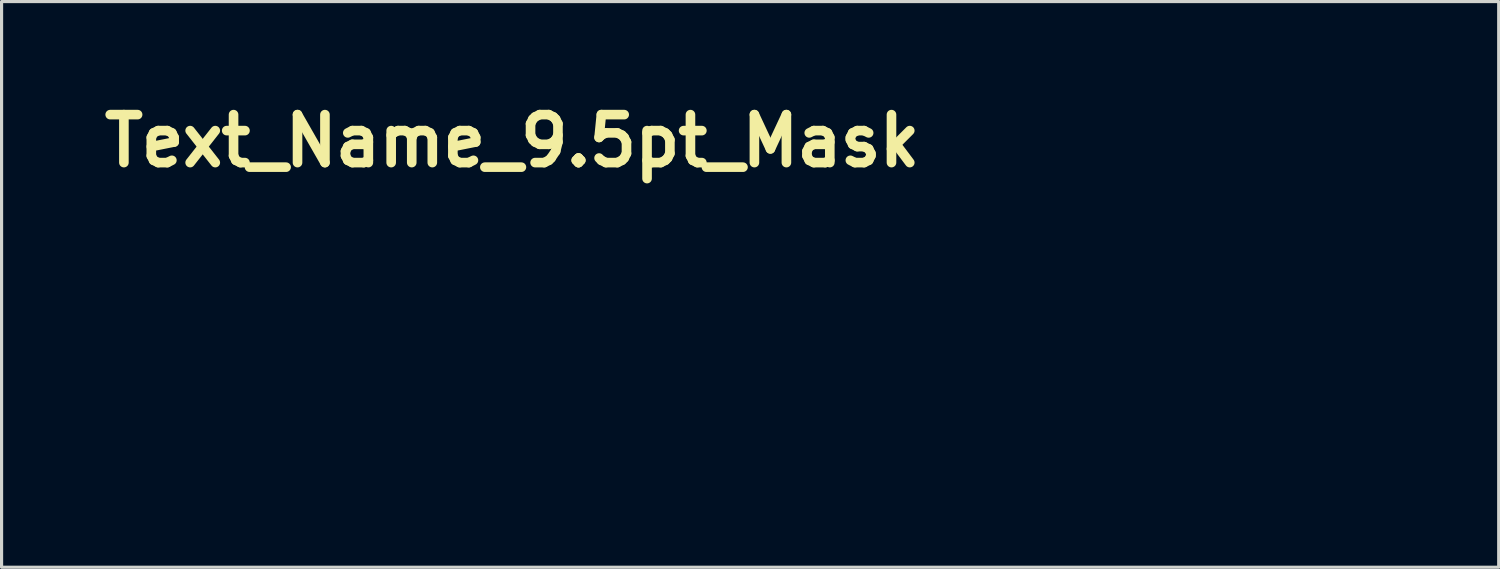
<source format=kicad_pcb>
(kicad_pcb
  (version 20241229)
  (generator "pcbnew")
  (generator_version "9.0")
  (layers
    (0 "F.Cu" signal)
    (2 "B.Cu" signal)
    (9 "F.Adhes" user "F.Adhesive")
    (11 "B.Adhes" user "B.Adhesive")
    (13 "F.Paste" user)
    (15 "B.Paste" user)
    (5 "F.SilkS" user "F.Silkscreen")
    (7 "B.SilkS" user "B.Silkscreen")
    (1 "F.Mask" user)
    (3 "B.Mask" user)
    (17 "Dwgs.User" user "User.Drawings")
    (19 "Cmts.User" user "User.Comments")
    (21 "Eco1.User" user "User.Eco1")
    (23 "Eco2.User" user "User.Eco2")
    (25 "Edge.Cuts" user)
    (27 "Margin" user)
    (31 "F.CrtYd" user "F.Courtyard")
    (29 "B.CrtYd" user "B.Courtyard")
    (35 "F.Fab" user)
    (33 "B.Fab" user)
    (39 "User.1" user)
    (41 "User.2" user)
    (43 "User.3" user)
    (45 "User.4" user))
  (footprint "Text_Name_9.5pt_Mask"
    (layer "F.Cu")
    (at 13.223 11.135)
    (property "Reference" "Text_Name_9.5pt_Mask" (at 0 -9.709 0) (layer "F.SilkS") (effects (font (size 1.524 1.524) (thickness 0.305))))
    (attr smd)
    (fp_poly (pts (xy 9.877 -2.578) (xy 9.891 -2.586) (xy 9.907 -2.594) (xy 9.924 -2.6) (xy 9.942 -2.605) (xy 9.962 -2.609) (xy 9.983 -2.613) (xy 10.006 -2.615) (xy 10.03 -2.617) (xy 10.055 -2.617) (xy 10.082 -2.616) (xy 10.106 -2.615) (xy 10.129 -2.612) (xy 10.15 -2.608) (xy 10.168 -2.603) (xy 10.184 -2.597) (xy 10.198 -2.59) (xy 10.209 -2.582) (xy 10.219 -2.572) (xy 10.228 -2.56) (xy 10.235 -2.545) (xy 10.241 -2.528) (xy 10.246 -2.508) (xy 10.249 -2.486) (xy 10.251 -2.462) (xy 10.252 -2.435) (xy 10.251 -2.408) (xy 10.249 -2.384) (xy 10.246 -2.361) (xy 10.24 -2.341) (xy 10.234 -2.324) (xy 10.226 -2.308) (xy 10.217 -2.295) (xy 10.206 -2.284) (xy 10.191 -2.275) (xy 10.174 -2.267) (xy 10.155 -2.261) (xy 10.134 -2.256) (xy 10.11 -2.252) (xy 10.083 -2.25) (xy 10.055 -2.249) (xy 10.029 -2.25) (xy 10.004 -2.252) (xy 9.981 -2.254) (xy 9.96 -2.258) (xy 9.94 -2.263) (xy 9.921 -2.269) (xy 9.904 -2.276) (xy 9.892 -2.284) (xy 9.882 -2.295) (xy 9.874 -2.308) (xy 9.866 -2.323) (xy 9.86 -2.341) (xy 9.856 -2.361) (xy 9.852 -2.383) (xy 9.85 -2.408) (xy 9.85 -2.435) (xy 9.85 -2.46) (xy 9.852 -2.483) (xy 9.855 -2.505) (xy 9.858 -2.525) (xy 9.863 -2.544) (xy 9.869 -2.562) (xy 9.877 -2.578) (xy 9.877 -2.578)) (stroke (width 0) (type solid)) (fill yes) (layer "F.Mask"))
    (fp_poly (pts (xy 17.352 -2.578) (xy 17.367 -2.586) (xy 17.383 -2.594) (xy 17.4 -2.6) (xy 17.418 -2.605) (xy 17.438 -2.609) (xy 17.459 -2.613) (xy 17.482 -2.615) (xy 17.505 -2.617) (xy 17.53 -2.617) (xy 17.557 -2.616) (xy 17.582 -2.615) (xy 17.605 -2.612) (xy 17.625 -2.608) (xy 17.644 -2.603) (xy 17.66 -2.597) (xy 17.674 -2.59) (xy 17.685 -2.582) (xy 17.695 -2.572) (xy 17.704 -2.56) (xy 17.711 -2.545) (xy 17.717 -2.528) (xy 17.722 -2.508) (xy 17.725 -2.486) (xy 17.727 -2.462) (xy 17.728 -2.435) (xy 17.727 -2.408) (xy 17.725 -2.384) (xy 17.721 -2.361) (xy 17.716 -2.341) (xy 17.71 -2.324) (xy 17.702 -2.308) (xy 17.692 -2.295) (xy 17.681 -2.284) (xy 17.667 -2.275) (xy 17.65 -2.267) (xy 17.631 -2.261) (xy 17.609 -2.256) (xy 17.585 -2.252) (xy 17.559 -2.25) (xy 17.53 -2.249) (xy 17.505 -2.25) (xy 17.48 -2.252) (xy 17.457 -2.254) (xy 17.436 -2.258) (xy 17.416 -2.263) (xy 17.397 -2.269) (xy 17.379 -2.276) (xy 17.368 -2.284) (xy 17.358 -2.295) (xy 17.349 -2.308) (xy 17.342 -2.323) (xy 17.336 -2.341) (xy 17.331 -2.361) (xy 17.328 -2.383) (xy 17.326 -2.408) (xy 17.325 -2.435) (xy 17.326 -2.46) (xy 17.328 -2.483) (xy 17.33 -2.505) (xy 17.334 -2.525) (xy 17.339 -2.544) (xy 17.345 -2.562) (xy 17.352 -2.578) (xy 17.352 -2.578)) (stroke (width 0) (type solid)) (fill yes) (layer "F.Mask"))
    (fp_poly (pts (xy 10.256 -1.649) (xy 10.256 -0.016) (xy 10.239 -0.013) (xy 10.221 -0.011) (xy 10.201 -0.008) (xy 10.181 -0.007) (xy 10.159 -0.006) (xy 10.137 -0.005) (xy 10.113 -0.005) (xy 10.089 -0.005) (xy 10.066 -0.006) (xy 10.045 -0.007) (xy 10.024 -0.008) (xy 10.005 -0.011) (xy 9.987 -0.013) (xy 9.97 -0.016) (xy 9.97 -1.51) (xy 9.969 -1.54) (xy 9.967 -1.566) (xy 9.963 -1.59) (xy 9.958 -1.611) (xy 9.952 -1.629) (xy 9.944 -1.645) (xy 9.935 -1.657) (xy 9.922 -1.669) (xy 9.905 -1.679) (xy 9.886 -1.686) (xy 9.864 -1.692) (xy 9.839 -1.695) (xy 9.811 -1.696) (xy 9.776 -1.696) (xy 9.77 -1.714) (xy 9.766 -1.733) (xy 9.763 -1.754) (xy 9.761 -1.776) (xy 9.761 -1.8) (xy 9.761 -1.825) (xy 9.763 -1.847) (xy 9.766 -1.869) (xy 9.77 -1.89) (xy 9.776 -1.909) (xy 9.8 -1.911) (xy 9.822 -1.913) (xy 9.843 -1.916) (xy 9.862 -1.917) (xy 9.88 -1.919) (xy 9.896 -1.92) (xy 9.918 -1.924) (xy 9.938 -1.926) (xy 9.955 -1.928) (xy 9.97 -1.928) (xy 10.001 -1.928) (xy 10.024 -1.927) (xy 10.046 -1.925) (xy 10.068 -1.921) (xy 10.088 -1.916) (xy 10.107 -1.909) (xy 10.125 -1.9) (xy 10.142 -1.89) (xy 10.158 -1.879) (xy 10.173 -1.865) (xy 10.186 -1.851) (xy 10.2 -1.835) (xy 10.211 -1.819) (xy 10.222 -1.802) (xy 10.231 -1.783) (xy 10.239 -1.764) (xy 10.245 -1.743) (xy 10.25 -1.721) (xy 10.253 -1.698) (xy 10.255 -1.674) (xy 10.256 -1.649) (xy 10.256 -1.649)) (stroke (width 0) (type solid)) (fill yes) (layer "F.Mask"))
    (fp_poly (pts (xy 17.732 -1.649) (xy 17.732 -0.016) (xy 17.715 -0.013) (xy 17.696 -0.011) (xy 17.677 -0.008) (xy 17.656 -0.007) (xy 17.635 -0.006) (xy 17.612 -0.005) (xy 17.588 -0.005) (xy 17.565 -0.005) (xy 17.542 -0.006) (xy 17.52 -0.007) (xy 17.5 -0.008) (xy 17.481 -0.011) (xy 17.462 -0.013) (xy 17.445 -0.016) (xy 17.445 -1.51) (xy 17.445 -1.54) (xy 17.442 -1.566) (xy 17.439 -1.59) (xy 17.434 -1.611) (xy 17.428 -1.629) (xy 17.42 -1.645) (xy 17.41 -1.657) (xy 17.397 -1.669) (xy 17.381 -1.679) (xy 17.362 -1.686) (xy 17.34 -1.692) (xy 17.315 -1.695) (xy 17.287 -1.696) (xy 17.252 -1.696) (xy 17.246 -1.714) (xy 17.242 -1.733) (xy 17.239 -1.754) (xy 17.237 -1.776) (xy 17.236 -1.8) (xy 17.237 -1.825) (xy 17.239 -1.847) (xy 17.242 -1.869) (xy 17.246 -1.89) (xy 17.252 -1.909) (xy 17.276 -1.911) (xy 17.298 -1.913) (xy 17.319 -1.916) (xy 17.338 -1.917) (xy 17.356 -1.919) (xy 17.372 -1.92) (xy 17.394 -1.924) (xy 17.413 -1.926) (xy 17.431 -1.928) (xy 17.445 -1.928) (xy 17.476 -1.928) (xy 17.5 -1.927) (xy 17.522 -1.925) (xy 17.543 -1.921) (xy 17.564 -1.916) (xy 17.583 -1.909) (xy 17.601 -1.9) (xy 17.618 -1.89) (xy 17.634 -1.879) (xy 17.648 -1.865) (xy 17.662 -1.851) (xy 17.675 -1.835) (xy 17.687 -1.819) (xy 17.698 -1.802) (xy 17.707 -1.783) (xy 17.714 -1.764) (xy 17.721 -1.743) (xy 17.725 -1.721) (xy 17.729 -1.698) (xy 17.731 -1.674) (xy 17.732 -1.649) (xy 17.732 -1.649)) (stroke (width 0) (type solid)) (fill yes) (layer "F.Mask"))
    (fp_poly (pts (xy 28.337 -1.649) (xy 28.337 -0.016) (xy 28.32 -0.013) (xy 28.301 -0.011) (xy 28.282 -0.008) (xy 28.262 -0.007) (xy 28.24 -0.006) (xy 28.217 -0.005) (xy 28.194 -0.005) (xy 28.17 -0.005) (xy 28.147 -0.006) (xy 28.126 -0.007) (xy 28.105 -0.008) (xy 28.086 -0.011) (xy 28.068 -0.013) (xy 28.05 -0.016) (xy 28.05 -1.51) (xy 28.05 -1.54) (xy 28.048 -1.566) (xy 28.044 -1.59) (xy 28.039 -1.611) (xy 28.033 -1.629) (xy 28.025 -1.645) (xy 28.016 -1.657) (xy 28.002 -1.669) (xy 27.986 -1.679) (xy 27.967 -1.686) (xy 27.945 -1.692) (xy 27.92 -1.695) (xy 27.892 -1.696) (xy 27.857 -1.696) (xy 27.851 -1.714) (xy 27.847 -1.733) (xy 27.844 -1.754) (xy 27.842 -1.776) (xy 27.841 -1.8) (xy 27.842 -1.825) (xy 27.844 -1.847) (xy 27.931 -2.46) (xy 27.933 -2.483) (xy 27.935 -2.505) (xy 27.939 -2.525) (xy 27.944 -2.544) (xy 27.95 -2.562) (xy 27.958 -2.578) (xy 27.958 -2.578) (xy 27.972 -2.586) (xy 27.988 -2.594) (xy 28.005 -2.6) (xy 28.023 -2.605) (xy 28.043 -2.609) (xy 28.064 -2.613) (xy 28.087 -2.615) (xy 28.11 -2.617) (xy 28.136 -2.617) (xy 28.163 -2.616) (xy 28.187 -2.615) (xy 28.21 -2.612) (xy 28.23 -2.608) (xy 28.249 -2.603) (xy 28.265 -2.597) (xy 28.279 -2.59) (xy 28.29 -2.582) (xy 28.3 -2.572) (xy 28.309 -2.56) (xy 28.316 -2.545) (xy 28.322 -2.528) (xy 28.327 -2.508) (xy 28.33 -2.486) (xy 28.332 -2.462) (xy 28.333 -2.435) (xy 28.332 -2.408) (xy 28.33 -2.384) (xy 28.326 -2.361) (xy 28.321 -2.341) (xy 28.315 -2.324) (xy 28.307 -2.308) (xy 28.297 -2.295) (xy 28.286 -2.284) (xy 28.272 -2.275) (xy 28.255 -2.267) (xy 28.236 -2.261) (xy 28.214 -2.256) (xy 28.191 -2.252) (xy 28.164 -2.25) (xy 28.136 -2.249) (xy 28.11 -2.25) (xy 28.085 -2.252) (xy 28.062 -2.254) (xy 28.041 -2.258) (xy 28.021 -2.263) (xy 28.002 -2.269) (xy 27.985 -2.276) (xy 27.973 -2.285) (xy 27.963 -2.295) (xy 27.955 -2.308) (xy 27.947 -2.323) (xy 27.941 -2.341) (xy 27.936 -2.361) (xy 27.933 -2.383) (xy 27.931 -2.408) (xy 27.93 -2.435) (xy 27.931 -2.46) (xy 27.844 -1.847) (xy 27.847 -1.869) (xy 27.851 -1.89) (xy 27.857 -1.909) (xy 27.881 -1.911) (xy 27.903 -1.913) (xy 27.924 -1.916) (xy 27.943 -1.917) (xy 27.961 -1.919) (xy 27.977 -1.92) (xy 27.999 -1.924) (xy 28.018 -1.926) (xy 28.036 -1.928) (xy 28.05 -1.928) (xy 28.081 -1.928) (xy 28.105 -1.927) (xy 28.127 -1.925) (xy 28.148 -1.921) (xy 28.169 -1.916) (xy 28.188 -1.909) (xy 28.206 -1.9) (xy 28.223 -1.89) (xy 28.239 -1.879) (xy 28.253 -1.865) (xy 28.267 -1.851) (xy 28.28 -1.835) (xy 28.292 -1.819) (xy 28.303 -1.802) (xy 28.312 -1.783) (xy 28.319 -1.764) (xy 28.326 -1.743) (xy 28.331 -1.721) (xy 28.334 -1.698) (xy 28.336 -1.674) (xy 28.337 -1.649) (xy 28.337 -1.649)) (stroke (width 0) (type solid)) (fill yes) (layer "F.Mask"))
    (fp_poly (pts (xy 6.584 -1.781) (xy 6.59 -1.801) (xy 6.597 -1.82) (xy 6.606 -1.838) (xy 6.617 -1.855) (xy 6.628 -1.872) (xy 6.641 -1.888) (xy 6.656 -1.903) (xy 6.672 -1.917) (xy 6.689 -1.931) (xy 6.708 -1.944) (xy 6.727 -1.936) (xy 6.746 -1.927) (xy 6.764 -1.918) (xy 6.781 -1.908) (xy 6.798 -1.897) (xy 6.814 -1.886) (xy 6.83 -1.873) (xy 6.845 -1.86) (xy 6.859 -1.847) (xy 6.873 -1.832) (xy 6.886 -1.817) (xy 6.898 -1.801) (xy 6.91 -1.784) (xy 6.921 -1.766) (xy 6.931 -1.748) (xy 6.941 -1.729) (xy 6.95 -1.709) (xy 6.959 -1.689) (xy 6.966 -1.668) (xy 6.974 -1.645) (xy 6.98 -1.623) (xy 6.986 -1.599) (xy 6.996 -1.62) (xy 7.007 -1.64) (xy 7.018 -1.66) (xy 7.029 -1.679) (xy 7.041 -1.697) (xy 7.053 -1.715) (xy 7.065 -1.732) (xy 7.078 -1.748) (xy 7.091 -1.764) (xy 7.105 -1.779) (xy 7.119 -1.793) (xy 7.134 -1.807) (xy 7.148 -1.82) (xy 7.164 -1.832) (xy 7.179 -1.844) (xy 7.195 -1.855) (xy 7.212 -1.865) (xy 7.228 -1.875) (xy 7.246 -1.884) (xy 7.263 -1.892) (xy 7.281 -1.899) (xy 7.3 -1.906) (xy 7.318 -1.913) (xy 7.337 -1.918) (xy 7.357 -1.923) (xy 7.377 -1.928) (xy 7.397 -1.931) (xy 7.418 -1.934) (xy 7.439 -1.937) (xy 7.461 -1.938) (xy 7.483 -1.939) (xy 7.505 -1.94) (xy 7.525 -1.939) (xy 7.546 -1.939) (xy 7.568 -1.938) (xy 7.59 -1.936) (xy 7.613 -1.934) (xy 7.635 -1.931) (xy 7.659 -1.928) (xy 7.683 -1.924) (xy 7.683 -1.899) (xy 7.681 -1.875) (xy 7.679 -1.851) (xy 7.677 -1.828) (xy 7.673 -1.805) (xy 7.669 -1.784) (xy 7.664 -1.763) (xy 7.658 -1.743) (xy 7.651 -1.723) (xy 7.644 -1.705) (xy 7.636 -1.687) (xy 7.627 -1.67) (xy 7.617 -1.653) (xy 7.6 -1.655) (xy 7.581 -1.655) (xy 7.56 -1.656) (xy 7.536 -1.657) (xy 7.51 -1.657) (xy 7.482 -1.657) (xy 7.461 -1.657) (xy 7.441 -1.656) (xy 7.42 -1.654) (xy 7.401 -1.651) (xy 7.381 -1.647) (xy 7.362 -1.643) (xy 7.344 -1.638) (xy 7.325 -1.632) (xy 7.307 -1.626) (xy 7.29 -1.618) (xy 7.273 -1.61) (xy 7.256 -1.601) (xy 7.239 -1.591) (xy 7.223 -1.581) (xy 7.207 -1.569) (xy 7.191 -1.557) (xy 7.176 -1.544) (xy 7.161 -1.53) (xy 7.147 -1.516) (xy 7.132 -1.501) (xy 7.119 -1.485) (xy 7.105 -1.468) (xy 7.092 -1.45) (xy 7.079 -1.432) (xy 7.067 -1.413) (xy 7.055 -1.393) (xy 7.043 -1.372) (xy 7.031 -1.35) (xy 7.02 -1.328) (xy 7.009 -1.305) (xy 7.009 -0.016) (xy 6.992 -0.013) (xy 6.974 -0.011) (xy 6.955 -0.008) (xy 6.934 -0.007) (xy 6.913 -0.006) (xy 6.89 -0.005) (xy 6.866 -0.005) (xy 6.843 -0.005) (xy 6.82 -0.006) (xy 6.798 -0.007) (xy 6.778 -0.008) (xy 6.758 -0.011) (xy 6.74 -0.013) (xy 6.723 -0.016) (xy 6.723 -1.386) (xy 6.723 -1.412) (xy 6.722 -1.438) (xy 6.72 -1.462) (xy 6.718 -1.486) (xy 6.714 -1.51) (xy 6.711 -1.532) (xy 6.706 -1.554) (xy 6.701 -1.576) (xy 6.695 -1.596) (xy 6.688 -1.617) (xy 6.681 -1.636) (xy 6.673 -1.655) (xy 6.664 -1.673) (xy 6.655 -1.69) (xy 6.645 -1.707) (xy 6.634 -1.723) (xy 6.622 -1.739) (xy 6.61 -1.753) (xy 6.597 -1.768) (xy 6.584 -1.781) (xy 6.584 -1.781)) (stroke (width 0) (type solid)) (fill yes) (layer "F.Mask"))
    (fp_poly (pts (xy 15.881 -1.781) (xy 15.887 -1.801) (xy 15.895 -1.82) (xy 15.904 -1.838) (xy 15.914 -1.855) (xy 15.926 -1.872) (xy 15.939 -1.888) (xy 15.953 -1.903) (xy 15.969 -1.917) (xy 15.986 -1.931) (xy 16.005 -1.944) (xy 16.024 -1.936) (xy 16.043 -1.927) (xy 16.061 -1.918) (xy 16.079 -1.908) (xy 16.096 -1.897) (xy 16.112 -1.886) (xy 16.127 -1.873) (xy 16.142 -1.86) (xy 16.156 -1.847) (xy 16.17 -1.832) (xy 16.183 -1.817) (xy 16.195 -1.801) (xy 16.207 -1.784) (xy 16.218 -1.766) (xy 16.229 -1.748) (xy 16.238 -1.729) (xy 16.248 -1.709) (xy 16.256 -1.689) (xy 16.264 -1.668) (xy 16.271 -1.645) (xy 16.278 -1.623) (xy 16.284 -1.599) (xy 16.294 -1.62) (xy 16.304 -1.64) (xy 16.315 -1.66) (xy 16.327 -1.679) (xy 16.338 -1.697) (xy 16.35 -1.715) (xy 16.363 -1.732) (xy 16.376 -1.748) (xy 16.389 -1.764) (xy 16.403 -1.779) (xy 16.417 -1.793) (xy 16.431 -1.807) (xy 16.446 -1.82) (xy 16.461 -1.832) (xy 16.477 -1.844) (xy 16.493 -1.855) (xy 16.509 -1.865) (xy 16.526 -1.875) (xy 16.543 -1.884) (xy 16.561 -1.892) (xy 16.579 -1.899) (xy 16.597 -1.906) (xy 16.616 -1.913) (xy 16.635 -1.918) (xy 16.654 -1.923) (xy 16.674 -1.928) (xy 16.695 -1.931) (xy 16.715 -1.934) (xy 16.737 -1.937) (xy 16.758 -1.938) (xy 16.78 -1.939) (xy 16.802 -1.94) (xy 16.823 -1.939) (xy 16.844 -1.939) (xy 16.865 -1.938) (xy 16.887 -1.936) (xy 16.91 -1.934) (xy 16.933 -1.931) (xy 16.956 -1.928) (xy 16.98 -1.924) (xy 16.98 -1.899) (xy 16.979 -1.875) (xy 16.977 -1.851) (xy 16.974 -1.828) (xy 16.971 -1.805) (xy 16.966 -1.784) (xy 16.961 -1.763) (xy 16.955 -1.743) (xy 16.949 -1.723) (xy 16.941 -1.705) (xy 16.933 -1.687) (xy 16.924 -1.67) (xy 16.915 -1.653) (xy 16.898 -1.655) (xy 16.879 -1.655) (xy 16.857 -1.656) (xy 16.834 -1.657) (xy 16.808 -1.657) (xy 16.779 -1.657) (xy 16.758 -1.657) (xy 16.738 -1.656) (xy 16.718 -1.654) (xy 16.698 -1.651) (xy 16.679 -1.647) (xy 16.66 -1.643) (xy 16.641 -1.638) (xy 16.623 -1.632) (xy 16.605 -1.626) (xy 16.587 -1.618) (xy 16.57 -1.61) (xy 16.553 -1.601) (xy 16.536 -1.591) (xy 16.52 -1.581) (xy 16.504 -1.569) (xy 16.489 -1.557) (xy 16.474 -1.544) (xy 16.459 -1.53) (xy 16.444 -1.516) (xy 16.43 -1.501) (xy 16.416 -1.485) (xy 16.403 -1.468) (xy 16.389 -1.45) (xy 16.377 -1.432) (xy 16.364 -1.413) (xy 16.352 -1.393) (xy 16.34 -1.372) (xy 16.329 -1.35) (xy 16.318 -1.328) (xy 16.307 -1.305) (xy 16.307 -0.016) (xy 16.29 -0.013) (xy 16.272 -0.011) (xy 16.252 -0.008) (xy 16.232 -0.007) (xy 16.21 -0.006) (xy 16.187 -0.005) (xy 16.164 -0.005) (xy 16.14 -0.005) (xy 16.117 -0.006) (xy 16.096 -0.007) (xy 16.075 -0.008) (xy 16.056 -0.011) (xy 16.038 -0.013) (xy 16.021 -0.016) (xy 16.021 -1.386) (xy 16.02 -1.412) (xy 16.019 -1.438) (xy 16.017 -1.462) (xy 16.015 -1.486) (xy 16.012 -1.51) (xy 16.008 -1.532) (xy 16.003 -1.554) (xy 15.998 -1.576) (xy 15.992 -1.596) (xy 15.986 -1.617) (xy 15.978 -1.636) (xy 15.97 -1.655) (xy 15.962 -1.673) (xy 15.952 -1.69) (xy 15.942 -1.707) (xy 15.931 -1.723) (xy 15.92 -1.739) (xy 15.908 -1.753) (xy 15.895 -1.768) (xy 15.881 -1.781) (xy 15.881 -1.781)) (stroke (width 0) (type solid)) (fill yes) (layer "F.Mask"))
    (fp_poly (pts (xy 27.294 -0.709) (xy 27.445 -0.368) (xy 27.457 -0.341) (xy 27.47 -0.314) (xy 27.482 -0.289) (xy 27.494 -0.265) (xy 27.506 -0.242) (xy 27.518 -0.221) (xy 27.53 -0.2) (xy 27.542 -0.182) (xy 27.553 -0.164) (xy 27.565 -0.148) (xy 27.576 -0.133) (xy 27.587 -0.12) (xy 27.598 -0.107) (xy 27.609 -0.096) (xy 27.62 -0.087) (xy 27.631 -0.078) (xy 27.618 -0.062) (xy 27.604 -0.048) (xy 27.589 -0.035) (xy 27.574 -0.024) (xy 27.557 -0.014) (xy 27.54 -0.007) (xy 27.521 -0.001) (xy 27.502 0.004) (xy 27.482 0.006) (xy 27.46 0.007) (xy 27.434 0.006) (xy 27.41 0.004) (xy 27.388 0.000433) (xy 27.367 -0.005) (xy 27.349 -0.011) (xy 27.333 -0.019) (xy 27.318 -0.029) (xy 27.306 -0.039) (xy 27.295 -0.052) (xy 27.284 -0.067) (xy 27.273 -0.083) (xy 27.262 -0.101) (xy 27.251 -0.122) (xy 27.239 -0.144) (xy 27.228 -0.168) (xy 27.217 -0.194) (xy 27.038 -0.597) (xy 27.026 -0.624) (xy 27.014 -0.65) (xy 27.001 -0.675) (xy 26.989 -0.698) (xy 26.977 -0.719) (xy 26.964 -0.739) (xy 26.951 -0.757) (xy 26.939 -0.774) (xy 26.926 -0.789) (xy 26.913 -0.803) (xy 26.9 -0.815) (xy 26.888 -0.825) (xy 26.872 -0.836) (xy 26.855 -0.846) (xy 26.837 -0.855) (xy 26.818 -0.862) (xy 26.798 -0.869) (xy 26.777 -0.874) (xy 26.755 -0.878) (xy 26.731 -0.881) (xy 26.707 -0.883) (xy 26.682 -0.883) (xy 26.659 -0.883) (xy 26.636 -0.883) (xy 26.614 -0.882) (xy 26.592 -0.881) (xy 26.57 -0.88) (xy 26.548 -0.879) (xy 26.526 -0.877) (xy 26.505 -0.875) (xy 26.484 -0.873) (xy 26.463 -0.87) (xy 26.442 -0.868) (xy 26.442 -0.016) (xy 26.425 -0.013) (xy 26.407 -0.011) (xy 26.388 -0.008) (xy 26.367 -0.007) (xy 26.346 -0.006) (xy 26.323 -0.005) (xy 26.299 -0.005) (xy 26.273 -0.005) (xy 26.248 -0.006) (xy 26.224 -0.008) (xy 26.201 -0.01) (xy 26.18 -0.013) (xy 26.16 -0.016) (xy 26.16 -2.838) (xy 26.183 -2.861) (xy 26.288 -2.861) (xy 26.313 -2.86) (xy 26.336 -2.857) (xy 26.356 -2.852) (xy 26.374 -2.846) (xy 26.389 -2.837) (xy 26.401 -2.827) (xy 26.412 -2.814) (xy 26.42 -2.801) (xy 26.427 -2.785) (xy 26.432 -2.767) (xy 26.437 -2.745) (xy 26.44 -2.722) (xy 26.442 -2.696) (xy 26.442 -2.667) (xy 26.442 -1.112) (xy 26.609 -1.119) (xy 26.626 -1.121) (xy 26.643 -1.125) (xy 26.658 -1.133) (xy 26.673 -1.143) (xy 26.686 -1.157) (xy 26.698 -1.173) (xy 27.112 -1.785) (xy 27.126 -1.806) (xy 27.14 -1.825) (xy 27.154 -1.843) (xy 27.167 -1.858) (xy 27.18 -1.872) (xy 27.193 -1.883) (xy 27.205 -1.893) (xy 27.223 -1.906) (xy 27.241 -1.916) (xy 27.262 -1.923) (xy 27.283 -1.927) (xy 27.306 -1.928) (xy 27.321 -1.928) (xy 27.338 -1.928) (xy 27.356 -1.927) (xy 27.376 -1.926) (xy 27.398 -1.925) (xy 27.421 -1.924) (xy 27.446 -1.922) (xy 27.472 -1.92) (xy 27.495 -1.889) (xy 27.004 -1.173) (xy 26.989 -1.153) (xy 26.976 -1.135) (xy 26.962 -1.118) (xy 26.949 -1.102) (xy 26.936 -1.088) (xy 26.923 -1.076) (xy 26.911 -1.065) (xy 26.934 -1.06) (xy 26.957 -1.053) (xy 26.979 -1.046) (xy 27.001 -1.038) (xy 27.022 -1.028) (xy 27.042 -1.018) (xy 27.061 -1.007) (xy 27.08 -0.995) (xy 27.098 -0.982) (xy 27.115 -0.968) (xy 27.131 -0.953) (xy 27.145 -0.94) (xy 27.158 -0.926) (xy 27.172 -0.911) (xy 27.185 -0.895) (xy 27.198 -0.878) (xy 27.21 -0.86) (xy 27.223 -0.842) (xy 27.235 -0.822) (xy 27.247 -0.801) (xy 27.259 -0.78) (xy 27.271 -0.757) (xy 27.283 -0.734) (xy 27.294 -0.709) (xy 27.294 -0.709)) (stroke (width 0) (type solid)) (fill yes) (layer "F.Mask"))
    (fp_poly (pts (xy 13.614 -0.098) (xy 13.601 -0.08) (xy 13.588 -0.064) (xy 13.574 -0.05) (xy 13.559 -0.038) (xy 13.543 -0.027) (xy 13.527 -0.018) (xy 13.509 -0.01) (xy 13.491 -0.004) (xy 13.472 -0.000233) (xy 13.452 0.002) (xy 13.432 0.003) (xy 13.405 0.002) (xy 13.38 0.000433) (xy 13.357 -0.003) (xy 13.337 -0.008) (xy 13.319 -0.014) (xy 13.302 -0.021) (xy 13.289 -0.03) (xy 13.277 -0.039) (xy 13.266 -0.052) (xy 13.256 -0.066) (xy 13.245 -0.082) (xy 13.235 -0.1) (xy 13.225 -0.12) (xy 13.215 -0.142) (xy 13.205 -0.165) (xy 13.196 -0.19) (xy 12.948 -0.821) (xy 12.937 -0.847) (xy 12.927 -0.872) (xy 12.916 -0.896) (xy 12.905 -0.919) (xy 12.894 -0.941) (xy 12.883 -0.963) (xy 12.872 -0.983) (xy 12.861 -1.003) (xy 12.849 -1.022) (xy 12.837 -1.039) (xy 12.826 -1.056) (xy 12.814 -1.072) (xy 12.802 -1.088) (xy 12.789 -1.102) (xy 12.777 -1.115) (xy 12.764 -1.128) (xy 12.752 -1.139) (xy 12.739 -1.15) (xy 12.723 -1.164) (xy 12.706 -1.176) (xy 12.688 -1.187) (xy 12.67 -1.198) (xy 12.651 -1.207) (xy 12.631 -1.215) (xy 12.611 -1.223) (xy 12.59 -1.229) (xy 12.569 -1.235) (xy 12.547 -1.239) (xy 12.524 -1.243) (xy 12.501 -1.245) (xy 12.477 -1.246) (xy 12.452 -1.247) (xy 12.43 -1.247) (xy 12.407 -1.247) (xy 12.385 -1.247) (xy 12.362 -1.246) (xy 12.34 -1.246) (xy 12.317 -1.246) (xy 12.295 -1.245) (xy 12.273 -1.245) (xy 12.251 -1.244) (xy 12.229 -1.244) (xy 12.207 -1.243) (xy 12.185 -1.242) (xy 12.163 -1.241) (xy 12.141 -1.24) (xy 12.12 -1.239) (xy 12.12 -0.016) (xy 12.102 -0.013) (xy 12.084 -0.011) (xy 12.064 -0.008) (xy 12.043 -0.007) (xy 12.021 -0.006) (xy 11.997 -0.005) (xy 11.973 -0.005) (xy 11.948 -0.005) (xy 11.924 -0.006) (xy 11.902 -0.007) (xy 11.881 -0.008) (xy 11.861 -0.011) (xy 11.843 -0.013) (xy 11.826 -0.016) (xy 11.826 -2.66) (xy 11.843 -2.663) (xy 11.861 -2.665) (xy 11.881 -2.667) (xy 11.902 -2.669) (xy 11.924 -2.67) (xy 11.948 -2.671) (xy 11.973 -2.671) (xy 11.997 -2.671) (xy 12.021 -2.67) (xy 12.043 -2.669) (xy 12.064 -2.667) (xy 12.084 -2.665) (xy 12.102 -2.663) (xy 12.12 -2.66) (xy 12.12 -1.502) (xy 12.402 -1.51) (xy 12.42 -1.512) (xy 12.438 -1.516) (xy 12.455 -1.523) (xy 12.472 -1.533) (xy 12.488 -1.546) (xy 12.504 -1.562) (xy 12.519 -1.581) (xy 12.534 -1.603) (xy 13.103 -2.524) (xy 13.117 -2.546) (xy 13.13 -2.566) (xy 13.144 -2.585) (xy 13.156 -2.601) (xy 13.169 -2.615) (xy 13.18 -2.626) (xy 13.192 -2.636) (xy 13.208 -2.647) (xy 13.226 -2.656) (xy 13.246 -2.662) (xy 13.268 -2.666) (xy 13.292 -2.667) (xy 13.309 -2.667) (xy 13.327 -2.667) (xy 13.346 -2.666) (xy 13.368 -2.665) (xy 13.391 -2.664) (xy 13.416 -2.663) (xy 13.442 -2.661) (xy 13.47 -2.66) (xy 13.494 -2.629) (xy 12.843 -1.576) (xy 12.83 -1.556) (xy 12.817 -1.537) (xy 12.804 -1.519) (xy 12.791 -1.502) (xy 12.778 -1.486) (xy 12.764 -1.471) (xy 12.751 -1.457) (xy 12.737 -1.444) (xy 12.723 -1.433) (xy 12.748 -1.429) (xy 12.771 -1.424) (xy 12.794 -1.418) (xy 12.817 -1.412) (xy 12.838 -1.405) (xy 12.859 -1.397) (xy 12.879 -1.388) (xy 12.898 -1.379) (xy 12.917 -1.368) (xy 12.935 -1.357) (xy 12.952 -1.345) (xy 12.969 -1.332) (xy 12.984 -1.319) (xy 12.999 -1.305) (xy 13.014 -1.29) (xy 13.025 -1.277) (xy 13.037 -1.263) (xy 13.048 -1.249) (xy 13.06 -1.233) (xy 13.071 -1.217) (xy 13.083 -1.201) (xy 13.094 -1.183) (xy 13.106 -1.165) (xy 13.117 -1.145) (xy 13.129 -1.125) (xy 13.14 -1.105) (xy 13.151 -1.083) (xy 13.163 -1.061) (xy 13.174 -1.038) (xy 13.185 -1.014) (xy 13.196 -0.989) (xy 13.208 -0.964) (xy 13.219 -0.937) (xy 13.455 -0.334) (xy 13.465 -0.309) (xy 13.476 -0.286) (xy 13.487 -0.263) (xy 13.498 -0.242) (xy 13.509 -0.222) (xy 13.521 -0.203) (xy 13.534 -0.184) (xy 13.546 -0.167) (xy 13.559 -0.151) (xy 13.572 -0.136) (xy 13.586 -0.122) (xy 13.599 -0.109) (xy 13.614 -0.098) (xy 13.614 -0.098)) (stroke (width 0) (type solid)) (fill yes) (layer "F.Mask"))
    (fp_poly (pts (xy 3.997 -1.344) (xy 3.997 -0.384) (xy 3.997 -0.355) (xy 3.998 -0.327) (xy 3.999 -0.3) (xy 4 -0.274) (xy 4.002 -0.249) (xy 4.004 -0.225) (xy 4.007 -0.202) (xy 4.009 -0.181) (xy 4.013 -0.16) (xy 4.016 -0.14) (xy 4.02 -0.121) (xy 4.025 -0.103) (xy 4.029 -0.086) (xy 4.034 -0.07) (xy 4.04 -0.055) (xy 4.025 -0.042) (xy 4.009 -0.03) (xy 3.992 -0.021) (xy 3.973 -0.012) (xy 3.953 -0.005) (xy 3.932 0.000083) (xy 3.908 0.004) (xy 3.884 0.006) (xy 3.858 0.007) (xy 3.839 0.006) (xy 3.821 0.004) (xy 3.805 -0.001) (xy 3.79 -0.007) (xy 3.776 -0.014) (xy 3.764 -0.023) (xy 3.753 -0.034) (xy 3.743 -0.047) (xy 3.734 -0.061) (xy 3.727 -0.077) (xy 3.721 -0.095) (xy 3.717 -0.114) (xy 3.714 -0.135) (xy 3.712 -0.158) (xy 3.711 -0.183) (xy 3.711 -1.255) (xy 3.711 -1.286) (xy 3.71 -1.315) (xy 3.709 -1.344) (xy 3.707 -1.371) (xy 3.704 -1.397) (xy 3.702 -1.421) (xy 3.698 -1.445) (xy 3.694 -1.467) (xy 3.69 -1.488) (xy 3.685 -1.508) (xy 3.68 -1.526) (xy 3.674 -1.543) (xy 3.667 -1.559) (xy 3.66 -1.574) (xy 3.653 -1.588) (xy 3.642 -1.604) (xy 3.631 -1.618) (xy 3.617 -1.632) (xy 3.603 -1.643) (xy 3.586 -1.654) (xy 3.569 -1.663) (xy 3.55 -1.671) (xy 3.529 -1.677) (xy 3.507 -1.682) (xy 3.484 -1.685) (xy 3.459 -1.687) (xy 3.432 -1.688) (xy 3.412 -1.688) (xy 3.391 -1.687) (xy 3.37 -1.685) (xy 3.349 -1.682) (xy 3.328 -1.679) (xy 3.307 -1.675) (xy 3.285 -1.67) (xy 3.264 -1.664) (xy 3.242 -1.658) (xy 3.221 -1.65) (xy 3.199 -1.642) (xy 3.177 -1.634) (xy 3.155 -1.624) (xy 3.133 -1.614) (xy 3.111 -1.603) (xy 3.09 -1.593) (xy 3.07 -1.582) (xy 3.051 -1.571) (xy 3.031 -1.559) (xy 3.012 -1.547) (xy 2.994 -1.535) (xy 2.976 -1.522) (xy 2.958 -1.509) (xy 2.941 -1.496) (xy 2.924 -1.482) (xy 2.908 -1.467) (xy 2.892 -1.453) (xy 2.876 -1.438) (xy 2.861 -1.422) (xy 2.847 -1.406) (xy 2.832 -1.39) (xy 2.832 -0.016) (xy 2.815 -0.013) (xy 2.797 -0.011) (xy 2.778 -0.008) (xy 2.757 -0.007) (xy 2.736 -0.006) (xy 2.713 -0.005) (xy 2.689 -0.005) (xy 2.665 -0.005) (xy 2.643 -0.006) (xy 2.621 -0.007) (xy 2.601 -0.008) (xy 2.581 -0.011) (xy 2.563 -0.013) (xy 2.546 -0.016) (xy 2.546 -1.905) (xy 2.569 -1.928) (xy 2.678 -1.928) (xy 2.703 -1.927) (xy 2.726 -1.924) (xy 2.746 -1.919) (xy 2.764 -1.912) (xy 2.779 -1.902) (xy 2.791 -1.891) (xy 2.801 -1.878) (xy 2.81 -1.863) (xy 2.817 -1.847) (xy 2.822 -1.827) (xy 2.827 -1.806) (xy 2.83 -1.782) (xy 2.832 -1.756) (xy 2.832 -1.727) (xy 2.832 -1.673) (xy 2.849 -1.688) (xy 2.866 -1.703) (xy 2.883 -1.717) (xy 2.901 -1.731) (xy 2.919 -1.745) (xy 2.938 -1.758) (xy 2.956 -1.771) (xy 2.976 -1.784) (xy 2.995 -1.796) (xy 3.015 -1.808) (xy 3.035 -1.819) (xy 3.056 -1.83) (xy 3.077 -1.841) (xy 3.098 -1.851) (xy 3.12 -1.861) (xy 3.142 -1.87) (xy 3.164 -1.879) (xy 3.187 -1.888) (xy 3.209 -1.896) (xy 3.231 -1.904) (xy 3.253 -1.911) (xy 3.276 -1.917) (xy 3.298 -1.923) (xy 3.32 -1.928) (xy 3.342 -1.933) (xy 3.365 -1.937) (xy 3.387 -1.94) (xy 3.409 -1.943) (xy 3.431 -1.945) (xy 3.454 -1.946) (xy 3.476 -1.947) (xy 3.498 -1.947) (xy 3.524 -1.947) (xy 3.549 -1.946) (xy 3.573 -1.944) (xy 3.596 -1.941) (xy 3.619 -1.937) (xy 3.641 -1.932) (xy 3.662 -1.927) (xy 3.683 -1.921) (xy 3.703 -1.914) (xy 3.723 -1.906) (xy 3.741 -1.897) (xy 3.759 -1.888) (xy 3.776 -1.877) (xy 3.793 -1.866) (xy 3.809 -1.854) (xy 3.824 -1.841) (xy 3.838 -1.827) (xy 3.852 -1.813) (xy 3.865 -1.797) (xy 3.877 -1.781) (xy 3.888 -1.765) (xy 3.899 -1.748) (xy 3.909 -1.731) (xy 3.919 -1.714) (xy 3.928 -1.696) (xy 3.936 -1.677) (xy 3.944 -1.658) (xy 3.951 -1.639) (xy 3.958 -1.619) (xy 3.964 -1.599) (xy 3.97 -1.578) (xy 3.975 -1.557) (xy 3.98 -1.535) (xy 3.984 -1.513) (xy 3.988 -1.49) (xy 3.99 -1.467) (xy 3.993 -1.443) (xy 3.995 -1.419) (xy 3.996 -1.394) (xy 3.997 -1.369) (xy 3.997 -1.344) (xy 3.997 -1.344)) (stroke (width 0) (type solid)) (fill yes) (layer "F.Mask"))
    (fp_poly (pts (xy 1.111 -2.674) (xy 1.046 -2.338) (xy 1.05 -2.323) (xy 1.054 -2.306) (xy 1.059 -2.289) (xy 1.064 -2.27) (xy 1.07 -2.251) (xy 1.075 -2.231) (xy 1.082 -2.21) (xy 1.088 -2.188) (xy 1.095 -2.166) (xy 1.102 -2.142) (xy 1.109 -2.118) (xy 1.116 -2.094) (xy 1.124 -2.069) (xy 1.132 -2.043) (xy 1.14 -2.016) (xy 1.147 -1.995) (xy 1.153 -1.975) (xy 1.16 -1.954) (xy 1.166 -1.933) (xy 1.173 -1.912) (xy 1.179 -1.892) (xy 1.186 -1.871) (xy 1.193 -1.85) (xy 1.199 -1.83) (xy 1.206 -1.809) (xy 1.212 -1.789) (xy 1.218 -1.77) (xy 1.224 -1.752) (xy 1.23 -1.733) (xy 1.236 -1.714) (xy 1.243 -1.692) (xy 1.254 -1.658) (xy 1.261 -1.637) (xy 1.269 -1.615) (xy 1.276 -1.593) (xy 1.283 -1.571) (xy 1.29 -1.549) (xy 1.298 -1.527) (xy 1.305 -1.505) (xy 1.312 -1.483) (xy 1.319 -1.461) (xy 1.327 -1.439) (xy 1.334 -1.417) (xy 1.341 -1.395) (xy 1.349 -1.373) (xy 1.356 -1.351) (xy 1.363 -1.33) (xy 1.371 -1.308) (xy 1.378 -1.286) (xy 1.385 -1.264) (xy 1.392 -1.242) (xy 1.4 -1.22) (xy 1.407 -1.198) (xy 1.414 -1.176) (xy 1.422 -1.154) (xy 1.429 -1.132) (xy 1.436 -1.11) (xy 1.443 -1.088) (xy 1.451 -1.066) (xy 1.458 -1.045) (xy 1.465 -1.023) (xy 1.472 -1.001) (xy 1.48 -0.979) (xy 1.487 -0.957) (xy 1.466 -0.957) (xy 1.445 -0.957) (xy 1.424 -0.957) (xy 1.403 -0.958) (xy 1.382 -0.958) (xy 1.361 -0.958) (xy 1.34 -0.958) (xy 1.319 -0.958) (xy 1.294 -0.959) (xy 1.273 -0.96) (xy 1.262 -0.961) (xy 1.059 -0.961) (xy 1.04 -0.961) (xy 1.02 -0.961) (xy 0.817 -0.961) (xy 0.593 -0.957) (xy 0.6 -0.978) (xy 0.607 -1) (xy 0.614 -1.022) (xy 0.621 -1.044) (xy 0.628 -1.065) (xy 0.635 -1.087) (xy 0.642 -1.109) (xy 0.649 -1.131) (xy 0.656 -1.152) (xy 0.664 -1.174) (xy 0.671 -1.196) (xy 0.678 -1.217) (xy 0.685 -1.239) (xy 0.692 -1.261) (xy 0.699 -1.283) (xy 0.706 -1.304) (xy 0.713 -1.326) (xy 0.721 -1.348) (xy 0.728 -1.369) (xy 0.735 -1.391) (xy 0.742 -1.413) (xy 0.749 -1.435) (xy 0.756 -1.456) (xy 0.764 -1.478) (xy 0.771 -1.5) (xy 0.778 -1.521) (xy 0.785 -1.543) (xy 0.792 -1.565) (xy 0.895 -1.878) (xy 0.901 -1.897) (xy 0.908 -1.918) (xy 0.914 -1.939) (xy 0.921 -1.961) (xy 0.928 -1.983) (xy 0.935 -2.006) (xy 0.942 -2.03) (xy 0.949 -2.055) (xy 0.956 -2.08) (xy 0.963 -2.097) (xy 0.969 -2.115) (xy 0.975 -2.135) (xy 0.979 -2.154) (xy 0.983 -2.175) (xy 0.987 -2.195) (xy 0.993 -2.214) (xy 0.998 -2.233) (xy 1.003 -2.252) (xy 1.008 -2.271) (xy 1.013 -2.291) (xy 1.022 -2.309) (xy 1.033 -2.325) (xy 1.046 -2.338) (xy 1.046 -2.338) (xy 1.111 -2.674) (xy 1.091 -2.675) (xy 1.07 -2.674) (xy 1.05 -2.673) (xy 1.029 -2.671) (xy 1.008 -2.67) (xy 0.985 -2.669) (xy 0.963 -2.668) (xy 0.942 -2.666) (xy 0.922 -2.664) (xy 0.904 -2.662) (xy 0.887 -2.66) (xy 0.001 -0.032) (xy 0.008 -0.02) (xy 0.029 -0.016) (xy 0.049 -0.012) (xy 0.069 -0.007) (xy 0.09 -0.003) (xy 0.112 -0.001) (xy 0.135 -0.000402) (xy 0.158 -0.001) (xy 0.159 -0.001) (xy 0.183 -0.001) (xy 0.206 -0.002) (xy 0.227 -0.004) (xy 0.247 -0.006) (xy 0.266 -0.009) (xy 0.283 -0.012) (xy 0.508 -0.705) (xy 0.778 -0.701) (xy 0.994 -0.701) (xy 1.016 -0.701) (xy 1.038 -0.701) (xy 1.06 -0.701) (xy 1.082 -0.701) (xy 1.297 -0.701) (xy 1.568 -0.705) (xy 1.754 -0.148) (xy 1.759 -0.133) (xy 1.765 -0.12) (xy 1.77 -0.103) (xy 1.776 -0.087) (xy 1.78 -0.079) (xy 1.793 -0.057) (xy 1.806 -0.038) (xy 1.82 -0.024) (xy 1.835 -0.014) (xy 1.853 -0.007) (xy 1.875 -0.001) (xy 1.893 0.004) (xy 1.912 0.007) (xy 1.932 0.008) (xy 1.952 0.008) (xy 1.972 0.007) (xy 1.992 0.005) (xy 2.006 0.003) (xy 2.019 0.000315) (xy 2.043 -0.005) (xy 2.066 -0.012) (xy 2.086 -0.021) (xy 2.106 -0.032) (xy 2.098 -0.054) (xy 2.091 -0.076) (xy 2.083 -0.099) (xy 2.076 -0.121) (xy 2.068 -0.143) (xy 2.061 -0.166) (xy 2.053 -0.188) (xy 2.046 -0.21) (xy 2.038 -0.232) (xy 2.031 -0.255) (xy 2.023 -0.277) (xy 2.016 -0.299) (xy 2.008 -0.322) (xy 2.001 -0.344) (xy 1.993 -0.366) (xy 1.986 -0.388) (xy 1.978 -0.411) (xy 1.971 -0.433) (xy 1.963 -0.455) (xy 1.956 -0.478) (xy 1.948 -0.5) (xy 1.941 -0.522) (xy 1.933 -0.545) (xy 1.925 -0.567) (xy 1.918 -0.589) (xy 1.91 -0.611) (xy 1.903 -0.634) (xy 1.895 -0.656) (xy 1.888 -0.678) (xy 1.88 -0.701) (xy 1.873 -0.723) (xy 1.865 -0.745) (xy 1.858 -0.767) (xy 1.85 -0.79) (xy 1.843 -0.812) (xy 1.835 -0.834) (xy 1.828 -0.857) (xy 1.82 -0.879) (xy 1.813 -0.901) (xy 1.805 -0.924) (xy 1.798 -0.946) (xy 1.79 -0.968) (xy 1.783 -0.99) (xy 1.775 -1.013) (xy 1.768 -1.035) (xy 1.76 -1.057) (xy 1.753 -1.08) (xy 1.745 -1.102) (xy 1.738 -1.124) (xy 1.73 -1.147) (xy 1.722 -1.169) (xy 1.715 -1.191) (xy 1.707 -1.213) (xy 1.7 -1.236) (xy 1.692 -1.258) (xy 1.685 -1.28) (xy 1.677 -1.303) (xy 1.67 -1.325) (xy 1.662 -1.347) (xy 1.655 -1.369) (xy 1.647 -1.392) (xy 1.64 -1.414) (xy 1.632 -1.436) (xy 1.625 -1.459) (xy 1.617 -1.481) (xy 1.61 -1.503) (xy 1.602 -1.526) (xy 1.595 -1.548) (xy 1.587 -1.57) (xy 1.58 -1.592) (xy 1.572 -1.615) (xy 1.565 -1.637) (xy 1.557 -1.659) (xy 1.55 -1.682) (xy 1.542 -1.704) (xy 1.535 -1.726) (xy 1.527 -1.748) (xy 1.52 -1.771) (xy 1.512 -1.793) (xy 1.504 -1.815) (xy 1.497 -1.838) (xy 1.489 -1.86) (xy 1.482 -1.882) (xy 1.474 -1.905) (xy 1.467 -1.927) (xy 1.459 -1.949) (xy 1.452 -1.971) (xy 1.444 -1.994) (xy 1.437 -2.016) (xy 1.429 -2.038) (xy 1.422 -2.061) (xy 1.414 -2.083) (xy 1.407 -2.105) (xy 1.399 -2.127) (xy 1.392 -2.15) (xy 1.384 -2.172) (xy 1.377 -2.194) (xy 1.369 -2.217) (xy 1.362 -2.239) (xy 1.354 -2.261) (xy 1.347 -2.284) (xy 1.339 -2.306) (xy 1.332 -2.328) (xy 1.324 -2.35) (xy 1.317 -2.373) (xy 1.309 -2.395) (xy 1.301 -2.417) (xy 1.294 -2.44) (xy 1.286 -2.462) (xy 1.279 -2.484) (xy 1.271 -2.507) (xy 1.264 -2.529) (xy 1.256 -2.551) (xy 1.249 -2.573) (xy 1.241 -2.596) (xy 1.234 -2.618) (xy 1.226 -2.64) (xy 1.22 -2.66) (xy 1.203 -2.663) (xy 1.184 -2.665) (xy 1.163 -2.667) (xy 1.146 -2.671) (xy 1.129 -2.673) (xy 1.111 -2.674) (xy 1.111 -2.674)) (stroke (width 0) (type solid)) (fill yes) (layer "F.Mask"))
    (fp_poly (pts (xy 23.029 -1.947) (xy 23.513 -1.526) (xy 23.49 -1.541) (xy 23.467 -1.556) (xy 23.444 -1.57) (xy 23.422 -1.583) (xy 23.4 -1.596) (xy 23.378 -1.608) (xy 23.357 -1.619) (xy 23.335 -1.629) (xy 23.314 -1.639) (xy 23.293 -1.648) (xy 23.273 -1.656) (xy 23.253 -1.664) (xy 23.233 -1.671) (xy 23.213 -1.677) (xy 23.193 -1.682) (xy 23.174 -1.687) (xy 23.155 -1.691) (xy 23.136 -1.694) (xy 23.118 -1.697) (xy 23.1 -1.698) (xy 23.082 -1.699) (xy 23.064 -1.7) (xy 23.043 -1.699) (xy 23.023 -1.698) (xy 23.003 -1.695) (xy 22.984 -1.691) (xy 22.964 -1.687) (xy 22.945 -1.681) (xy 22.927 -1.674) (xy 22.909 -1.666) (xy 22.891 -1.657) (xy 22.873 -1.647) (xy 22.856 -1.636) (xy 22.839 -1.624) (xy 22.823 -1.611) (xy 22.807 -1.597) (xy 22.791 -1.582) (xy 22.775 -1.565) (xy 22.76 -1.548) (xy 22.745 -1.53) (xy 22.731 -1.51) (xy 22.721 -1.496) (xy 22.711 -1.48) (xy 22.702 -1.465) (xy 22.693 -1.448) (xy 22.684 -1.432) (xy 22.676 -1.414) (xy 22.668 -1.396) (xy 22.661 -1.378) (xy 22.654 -1.359) (xy 22.647 -1.339) (xy 22.641 -1.319) (xy 22.635 -1.298) (xy 22.629 -1.277) (xy 22.624 -1.255) (xy 22.62 -1.233) (xy 22.616 -1.21) (xy 22.612 -1.186) (xy 22.608 -1.162) (xy 22.605 -1.137) (xy 22.603 -1.112) (xy 22.601 -1.086) (xy 22.599 -1.06) (xy 22.597 -1.033) (xy 22.596 -1.006) (xy 22.596 -0.978) (xy 22.596 -0.949) (xy 22.596 -0.919) (xy 22.596 -0.89) (xy 22.597 -0.862) (xy 22.599 -0.834) (xy 22.6 -0.807) (xy 22.602 -0.78) (xy 22.605 -0.754) (xy 22.607 -0.729) (xy 22.611 -0.704) (xy 22.614 -0.68) (xy 22.618 -0.657) (xy 22.622 -0.634) (xy 22.627 -0.612) (xy 22.632 -0.59) (xy 22.637 -0.57) (xy 22.643 -0.549) (xy 22.649 -0.53) (xy 22.656 -0.511) (xy 22.663 -0.492) (xy 22.67 -0.475) (xy 22.678 -0.458) (xy 22.686 -0.441) (xy 22.694 -0.425) (xy 22.703 -0.41) (xy 22.712 -0.396) (xy 22.726 -0.375) (xy 22.741 -0.356) (xy 22.756 -0.338) (xy 22.771 -0.322) (xy 22.787 -0.306) (xy 22.804 -0.292) (xy 22.82 -0.279) (xy 22.837 -0.267) (xy 22.855 -0.257) (xy 22.873 -0.248) (xy 22.891 -0.24) (xy 22.91 -0.233) (xy 22.929 -0.227) (xy 22.949 -0.223) (xy 22.969 -0.22) (xy 22.989 -0.218) (xy 23.01 -0.218) (xy 23.03 -0.218) (xy 23.05 -0.219) (xy 23.071 -0.222) (xy 23.091 -0.225) (xy 23.112 -0.229) (xy 23.132 -0.234) (xy 23.153 -0.24) (xy 23.173 -0.247) (xy 23.194 -0.255) (xy 23.214 -0.263) (xy 23.235 -0.273) (xy 23.256 -0.283) (xy 23.277 -0.295) (xy 23.295 -0.306) (xy 23.313 -0.318) (xy 23.331 -0.33) (xy 23.348 -0.342) (xy 23.365 -0.356) (xy 23.381 -0.369) (xy 23.398 -0.383) (xy 23.413 -0.398) (xy 23.429 -0.413) (xy 23.444 -0.429) (xy 23.458 -0.445) (xy 23.472 -0.462) (xy 23.486 -0.479) (xy 23.5 -0.497) (xy 23.513 -0.516) (xy 23.513 -1.526) (xy 23.029 -1.947) (xy 23.049 -1.947) (xy 23.07 -1.946) (xy 23.09 -1.945) (xy 23.11 -1.943) (xy 23.131 -1.94) (xy 23.152 -1.937) (xy 23.172 -1.933) (xy 23.193 -1.928) (xy 23.214 -1.923) (xy 23.235 -1.917) (xy 23.256 -1.911) (xy 23.277 -1.904) (xy 23.298 -1.897) (xy 23.319 -1.889) (xy 23.34 -1.88) (xy 23.362 -1.871) (xy 23.383 -1.861) (xy 23.404 -1.85) (xy 23.426 -1.839) (xy 23.448 -1.827) (xy 23.469 -1.815) (xy 23.491 -1.802) (xy 23.513 -1.789) (xy 23.513 -2.838) (xy 23.536 -2.861) (xy 23.641 -2.861) (xy 23.665 -2.86) (xy 23.687 -2.857) (xy 23.706 -2.852) (xy 23.723 -2.846) (xy 23.738 -2.837) (xy 23.75 -2.827) (xy 23.761 -2.814) (xy 23.769 -2.801) (xy 23.776 -2.785) (xy 23.781 -2.767) (xy 23.786 -2.746) (xy 23.789 -2.722) (xy 23.791 -2.696) (xy 23.791 -2.667) (xy 23.791 -0.55) (xy 23.792 -0.52) (xy 23.793 -0.491) (xy 23.794 -0.463) (xy 23.796 -0.436) (xy 23.798 -0.41) (xy 23.801 -0.385) (xy 23.805 -0.36) (xy 23.809 -0.337) (xy 23.813 -0.315) (xy 23.819 -0.294) (xy 23.824 -0.274) (xy 23.83 -0.255) (xy 23.837 -0.236) (xy 23.845 -0.219) (xy 23.852 -0.203) (xy 23.861 -0.187) (xy 23.87 -0.173) (xy 23.879 -0.16) (xy 23.889 -0.148) (xy 23.9 -0.136) (xy 23.891 -0.114) (xy 23.88 -0.093) (xy 23.868 -0.073) (xy 23.856 -0.056) (xy 23.841 -0.039) (xy 23.826 -0.024) (xy 23.809 -0.011) (xy 23.791 0.001) (xy 23.772 0.011) (xy 23.752 0.003) (xy 23.732 -0.006) (xy 23.713 -0.015) (xy 23.695 -0.026) (xy 23.678 -0.037) (xy 23.661 -0.05) (xy 23.646 -0.063) (xy 23.631 -0.077) (xy 23.617 -0.093) (xy 23.604 -0.109) (xy 23.592 -0.126) (xy 23.581 -0.144) (xy 23.57 -0.163) (xy 23.56 -0.183) (xy 23.551 -0.204) (xy 23.543 -0.226) (xy 23.536 -0.248) (xy 23.52 -0.23) (xy 23.504 -0.213) (xy 23.487 -0.196) (xy 23.471 -0.179) (xy 23.454 -0.163) (xy 23.437 -0.148) (xy 23.419 -0.134) (xy 23.402 -0.12) (xy 23.384 -0.106) (xy 23.367 -0.094) (xy 23.349 -0.082) (xy 23.33 -0.07) (xy 23.312 -0.059) (xy 23.294 -0.049) (xy 23.275 -0.039) (xy 23.256 -0.03) (xy 23.237 -0.022) (xy 23.217 -0.014) (xy 23.198 -0.007) (xy 23.178 -0.001) (xy 23.158 0.005) (xy 23.138 0.01) (xy 23.118 0.015) (xy 23.098 0.019) (xy 23.077 0.022) (xy 23.056 0.025) (xy 23.035 0.027) (xy 23.014 0.029) (xy 22.993 0.03) (xy 22.971 0.03) (xy 22.947 0.03) (xy 22.924 0.029) (xy 22.901 0.027) (xy 22.878 0.025) (xy 22.856 0.022) (xy 22.835 0.018) (xy 22.813 0.014) (xy 22.793 0.009) (xy 22.772 0.003) (xy 22.752 -0.003) (xy 22.733 -0.01) (xy 22.714 -0.018) (xy 22.695 -0.027) (xy 22.677 -0.036) (xy 22.659 -0.045) (xy 22.642 -0.056) (xy 22.625 -0.067) (xy 22.608 -0.079) (xy 22.592 -0.091) (xy 22.577 -0.104) (xy 22.562 -0.118) (xy 22.547 -0.132) (xy 22.533 -0.147) (xy 22.519 -0.163) (xy 22.506 -0.18) (xy 22.493 -0.197) (xy 22.48 -0.215) (xy 22.468 -0.233) (xy 22.458 -0.249) (xy 22.449 -0.265) (xy 22.44 -0.281) (xy 22.432 -0.298) (xy 22.424 -0.315) (xy 22.416 -0.332) (xy 22.408 -0.35) (xy 22.4 -0.368) (xy 22.393 -0.387) (xy 22.386 -0.406) (xy 22.38 -0.425) (xy 22.373 -0.444) (xy 22.367 -0.464) (xy 22.362 -0.484) (xy 22.356 -0.505) (xy 22.351 -0.526) (xy 22.346 -0.547) (xy 22.341 -0.569) (xy 22.337 -0.591) (xy 22.333 -0.614) (xy 22.329 -0.636) (xy 22.326 -0.659) (xy 22.322 -0.683) (xy 22.319 -0.707) (xy 22.317 -0.731) (xy 22.314 -0.755) (xy 22.312 -0.78) (xy 22.31 -0.806) (xy 22.309 -0.831) (xy 22.308 -0.857) (xy 22.307 -0.883) (xy 22.306 -0.91) (xy 22.305 -0.937) (xy 22.305 -0.964) (xy 22.306 -0.989) (xy 22.306 -1.014) (xy 22.307 -1.038) (xy 22.308 -1.061) (xy 22.31 -1.085) (xy 22.312 -1.108) (xy 22.314 -1.131) (xy 22.316 -1.154) (xy 22.319 -1.176) (xy 22.322 -1.198) (xy 22.326 -1.22) (xy 22.33 -1.241) (xy 22.334 -1.262) (xy 22.339 -1.283) (xy 22.344 -1.303) (xy 22.349 -1.324) (xy 22.355 -1.344) (xy 22.361 -1.363) (xy 22.367 -1.382) (xy 22.375 -1.405) (xy 22.383 -1.428) (xy 22.392 -1.45) (xy 22.401 -1.471) (xy 22.41 -1.492) (xy 22.419 -1.513) (xy 22.429 -1.533) (xy 22.439 -1.553) (xy 22.449 -1.572) (xy 22.46 -1.59) (xy 22.471 -1.609) (xy 22.482 -1.626) (xy 22.493 -1.643) (xy 22.505 -1.66) (xy 22.517 -1.676) (xy 22.53 -1.692) (xy 22.545 -1.711) (xy 22.561 -1.73) (xy 22.578 -1.747) (xy 22.594 -1.764) (xy 22.611 -1.781) (xy 22.628 -1.796) (xy 22.646 -1.81) (xy 22.664 -1.824) (xy 22.682 -1.837) (xy 22.701 -1.85) (xy 22.719 -1.861) (xy 22.739 -1.872) (xy 22.758 -1.882) (xy 22.778 -1.891) (xy 22.799 -1.9) (xy 22.819 -1.909) (xy 22.84 -1.916) (xy 22.861 -1.923) (xy 22.881 -1.928) (xy 22.902 -1.933) (xy 22.923 -1.938) (xy 22.944 -1.941) (xy 22.965 -1.944) (xy 22.986 -1.946) (xy 23.008 -1.947) (xy 23.029 -1.947) (xy 23.029 -1.947)) (stroke (width 0) (type solid)) (fill yes) (layer "F.Mask"))
    (fp_poly (pts (xy 5.235 -1.947) (xy 5.719 -1.526) (xy 5.696 -1.541) (xy 5.673 -1.556) (xy 5.651 -1.57) (xy 5.628 -1.583) (xy 5.606 -1.596) (xy 5.584 -1.608) (xy 5.563 -1.619) (xy 5.542 -1.629) (xy 5.521 -1.639) (xy 5.5 -1.648) (xy 5.479 -1.656) (xy 5.459 -1.664) (xy 5.439 -1.671) (xy 5.419 -1.677) (xy 5.4 -1.682) (xy 5.38 -1.687) (xy 5.361 -1.691) (xy 5.343 -1.694) (xy 5.324 -1.697) (xy 5.306 -1.698) (xy 5.288 -1.699) (xy 5.27 -1.7) (xy 5.25 -1.699) (xy 5.229 -1.698) (xy 5.209 -1.695) (xy 5.19 -1.691) (xy 5.171 -1.687) (xy 5.152 -1.681) (xy 5.133 -1.674) (xy 5.115 -1.666) (xy 5.097 -1.657) (xy 5.08 -1.647) (xy 5.062 -1.636) (xy 5.046 -1.624) (xy 5.029 -1.611) (xy 5.013 -1.597) (xy 4.997 -1.582) (xy 4.982 -1.565) (xy 4.967 -1.548) (xy 4.952 -1.53) (xy 4.937 -1.51) (xy 4.927 -1.496) (xy 4.917 -1.48) (xy 4.908 -1.465) (xy 4.899 -1.448) (xy 4.89 -1.432) (xy 4.882 -1.414) (xy 4.874 -1.396) (xy 4.867 -1.378) (xy 4.86 -1.359) (xy 4.853 -1.339) (xy 4.847 -1.319) (xy 4.841 -1.298) (xy 4.836 -1.277) (xy 4.831 -1.255) (xy 4.826 -1.233) (xy 4.822 -1.21) (xy 4.818 -1.186) (xy 4.815 -1.162) (xy 4.812 -1.137) (xy 4.809 -1.112) (xy 4.807 -1.086) (xy 4.805 -1.06) (xy 4.804 -1.033) (xy 4.803 -1.006) (xy 4.802 -0.978) (xy 4.802 -0.949) (xy 4.802 -0.919) (xy 4.803 -0.89) (xy 4.804 -0.862) (xy 4.805 -0.834) (xy 4.807 -0.807) (xy 4.809 -0.78) (xy 4.811 -0.754) (xy 4.814 -0.729) (xy 4.817 -0.704) (xy 4.821 -0.68) (xy 4.824 -0.657) (xy 4.829 -0.634) (xy 4.833 -0.612) (xy 4.838 -0.59) (xy 4.844 -0.57) (xy 4.85 -0.549) (xy 4.856 -0.53) (xy 4.862 -0.511) (xy 4.869 -0.492) (xy 4.876 -0.475) (xy 4.884 -0.458) (xy 4.892 -0.441) (xy 4.9 -0.425) (xy 4.909 -0.41) (xy 4.918 -0.396) (xy 4.932 -0.375) (xy 4.947 -0.356) (xy 4.962 -0.338) (xy 4.978 -0.322) (xy 4.994 -0.306) (xy 5.01 -0.292) (xy 5.027 -0.279) (xy 5.044 -0.267) (xy 5.061 -0.257) (xy 5.079 -0.248) (xy 5.098 -0.24) (xy 5.116 -0.233) (xy 5.136 -0.227) (xy 5.155 -0.223) (xy 5.175 -0.22) (xy 5.195 -0.218) (xy 5.216 -0.218) (xy 5.216 -0.218) (xy 5.236 -0.218) (xy 5.257 -0.219) (xy 5.277 -0.222) (xy 5.297 -0.225) (xy 5.318 -0.229) (xy 5.338 -0.234) (xy 5.359 -0.24) (xy 5.38 -0.247) (xy 5.4 -0.255) (xy 5.421 -0.263) (xy 5.442 -0.273) (xy 5.462 -0.283) (xy 5.483 -0.295) (xy 5.502 -0.306) (xy 5.52 -0.318) (xy 5.537 -0.33) (xy 5.554 -0.342) (xy 5.571 -0.356) (xy 5.588 -0.369) (xy 5.604 -0.383) (xy 5.62 -0.398) (xy 5.635 -0.413) (xy 5.65 -0.429) (xy 5.665 -0.445) (xy 5.679 -0.462) (xy 5.693 -0.479) (xy 5.706 -0.497) (xy 5.719 -0.516) (xy 5.719 -1.526) (xy 5.235 -1.947) (xy 5.256 -1.947) (xy 5.276 -1.946) (xy 5.296 -1.945) (xy 5.317 -1.943) (xy 5.337 -1.94) (xy 5.358 -1.937) (xy 5.379 -1.933) (xy 5.399 -1.928) (xy 5.42 -1.923) (xy 5.441 -1.917) (xy 5.462 -1.911) (xy 5.483 -1.904) (xy 5.504 -1.897) (xy 5.525 -1.889) (xy 5.547 -1.88) (xy 5.568 -1.871) (xy 5.589 -1.861) (xy 5.611 -1.85) (xy 5.632 -1.839) (xy 5.654 -1.827) (xy 5.676 -1.815) (xy 5.697 -1.802) (xy 5.719 -1.789) (xy 5.719 -2.838) (xy 5.742 -2.861) (xy 5.847 -2.861) (xy 5.871 -2.86) (xy 5.893 -2.857) (xy 5.913 -2.852) (xy 5.93 -2.846) (xy 5.944 -2.837) (xy 5.957 -2.827) (xy 5.967 -2.814) (xy 5.975 -2.801) (xy 5.982 -2.785) (xy 5.988 -2.767) (xy 5.992 -2.746) (xy 5.995 -2.722) (xy 5.997 -2.696) (xy 5.998 -2.667) (xy 5.998 -0.55) (xy 5.998 -0.52) (xy 5.999 -0.491) (xy 6 -0.463) (xy 6.002 -0.436) (xy 6.005 -0.41) (xy 6.008 -0.385) (xy 6.011 -0.36) (xy 6.015 -0.337) (xy 6.02 -0.315) (xy 6.025 -0.294) (xy 6.031 -0.274) (xy 6.037 -0.255) (xy 6.044 -0.236) (xy 6.051 -0.219) (xy 6.059 -0.203) (xy 6.067 -0.187) (xy 6.076 -0.173) (xy 6.086 -0.16) (xy 6.096 -0.148) (xy 6.106 -0.136) (xy 6.097 -0.114) (xy 6.087 -0.093) (xy 6.075 -0.073) (xy 6.062 -0.056) (xy 6.048 -0.039) (xy 6.032 -0.024) (xy 6.016 -0.011) (xy 5.998 0.001) (xy 5.979 0.011) (xy 5.958 0.003) (xy 5.938 -0.006) (xy 5.919 -0.015) (xy 5.901 -0.026) (xy 5.884 -0.037) (xy 5.868 -0.05) (xy 5.852 -0.063) (xy 5.838 -0.077) (xy 5.824 -0.093) (xy 5.811 -0.109) (xy 5.798 -0.126) (xy 5.787 -0.144) (xy 5.776 -0.163) (xy 5.767 -0.183) (xy 5.758 -0.204) (xy 5.75 -0.226) (xy 5.742 -0.248) (xy 5.726 -0.23) (xy 5.71 -0.213) (xy 5.694 -0.196) (xy 5.677 -0.179) (xy 5.66 -0.163) (xy 5.643 -0.148) (xy 5.626 -0.134) (xy 5.608 -0.12) (xy 5.591 -0.106) (xy 5.573 -0.094) (xy 5.555 -0.082) (xy 5.537 -0.07) (xy 5.518 -0.059) (xy 5.5 -0.049) (xy 5.481 -0.039) (xy 5.462 -0.03) (xy 5.443 -0.022) (xy 5.424 -0.014) (xy 5.404 -0.007) (xy 5.385 -0.001) (xy 5.365 0.005) (xy 5.345 0.01) (xy 5.324 0.015) (xy 5.304 0.019) (xy 5.283 0.022) (xy 5.263 0.025) (xy 5.242 0.027) (xy 5.22 0.029) (xy 5.199 0.03) (xy 5.177 0.03) (xy 5.154 0.03) (xy 5.13 0.029) (xy 5.107 0.027) (xy 5.085 0.025) (xy 5.063 0.022) (xy 5.041 0.018) (xy 5.02 0.014) (xy 4.999 0.009) (xy 4.979 0.003) (xy 4.959 -0.003) (xy 4.939 -0.01) (xy 4.92 -0.018) (xy 4.901 -0.027) (xy 4.883 -0.036) (xy 4.866 -0.045) (xy 4.848 -0.056) (xy 4.831 -0.067) (xy 4.815 -0.079) (xy 4.799 -0.091) (xy 4.783 -0.104) (xy 4.768 -0.118) (xy 4.753 -0.132) (xy 4.739 -0.147) (xy 4.725 -0.163) (xy 4.712 -0.18) (xy 4.699 -0.197) (xy 4.686 -0.215) (xy 4.674 -0.233) (xy 4.665 -0.249) (xy 4.656 -0.265) (xy 4.647 -0.281) (xy 4.638 -0.298) (xy 4.63 -0.315) (xy 4.622 -0.332) (xy 4.614 -0.35) (xy 4.607 -0.368) (xy 4.6 -0.387) (xy 4.593 -0.406) (xy 4.586 -0.425) (xy 4.58 -0.444) (xy 4.574 -0.464) (xy 4.568 -0.484) (xy 4.562 -0.505) (xy 4.557 -0.526) (xy 4.552 -0.547) (xy 4.548 -0.569) (xy 4.543 -0.591) (xy 4.539 -0.614) (xy 4.535 -0.636) (xy 4.532 -0.659) (xy 4.529 -0.683) (xy 4.526 -0.707) (xy 4.523 -0.731) (xy 4.521 -0.755) (xy 4.519 -0.78) (xy 4.517 -0.806) (xy 4.515 -0.831) (xy 4.514 -0.857) (xy 4.513 -0.883) (xy 4.512 -0.91) (xy 4.512 -0.937) (xy 4.512 -0.964) (xy 4.512 -0.989) (xy 4.512 -1.014) (xy 4.513 -1.038) (xy 4.514 -1.061) (xy 4.516 -1.085) (xy 4.518 -1.108) (xy 4.52 -1.131) (xy 4.523 -1.154) (xy 4.526 -1.176) (xy 4.529 -1.198) (xy 4.532 -1.22) (xy 4.536 -1.241) (xy 4.541 -1.262) (xy 4.545 -1.283) (xy 4.55 -1.303) (xy 4.556 -1.324) (xy 4.561 -1.344) (xy 4.567 -1.363) (xy 4.574 -1.382) (xy 4.582 -1.405) (xy 4.59 -1.428) (xy 4.598 -1.45) (xy 4.607 -1.471) (xy 4.616 -1.492) (xy 4.626 -1.513) (xy 4.635 -1.533) (xy 4.645 -1.553) (xy 4.656 -1.572) (xy 4.666 -1.59) (xy 4.677 -1.609) (xy 4.688 -1.626) (xy 4.7 -1.643) (xy 4.712 -1.66) (xy 4.724 -1.676) (xy 4.736 -1.692) (xy 4.752 -1.711) (xy 4.768 -1.73) (xy 4.784 -1.747) (xy 4.801 -1.764) (xy 4.818 -1.781) (xy 4.835 -1.796) (xy 4.852 -1.81) (xy 4.87 -1.824) (xy 4.889 -1.837) (xy 4.907 -1.85) (xy 4.926 -1.861) (xy 4.945 -1.872) (xy 4.965 -1.882) (xy 4.985 -1.891) (xy 5.005 -1.9) (xy 5.026 -1.909) (xy 5.046 -1.916) (xy 5.067 -1.923) (xy 5.088 -1.928) (xy 5.108 -1.933) (xy 5.129 -1.938) (xy 5.15 -1.941) (xy 5.172 -1.944) (xy 5.193 -1.946) (xy 5.214 -1.947) (xy 5.235 -1.947) (xy 5.235 -1.947)) (stroke (width 0) (type solid)) (fill yes) (layer "F.Mask"))
    (fp_poly (pts (xy 24.285 -0.163) (xy 24.286 -0.183) (xy 24.289 -0.202) (xy 24.293 -0.221) (xy 24.299 -0.24) (xy 24.306 -0.258) (xy 24.314 -0.276) (xy 24.325 -0.293) (xy 24.336 -0.31) (xy 24.349 -0.326) (xy 24.364 -0.342) (xy 24.379 -0.357) (xy 24.397 -0.372) (xy 24.42 -0.359) (xy 24.442 -0.347) (xy 24.465 -0.335) (xy 24.487 -0.323) (xy 24.509 -0.312) (xy 24.53 -0.302) (xy 24.551 -0.292) (xy 24.571 -0.283) (xy 24.592 -0.274) (xy 24.612 -0.266) (xy 24.631 -0.258) (xy 24.651 -0.251) (xy 24.67 -0.244) (xy 24.688 -0.238) (xy 24.706 -0.233) (xy 24.731 -0.226) (xy 24.756 -0.22) (xy 24.78 -0.215) (xy 24.804 -0.21) (xy 24.827 -0.206) (xy 24.85 -0.202) (xy 24.873 -0.199) (xy 24.895 -0.197) (xy 24.916 -0.196) (xy 24.937 -0.195) (xy 24.958 -0.194) (xy 24.982 -0.195) (xy 25.005 -0.196) (xy 25.027 -0.198) (xy 25.048 -0.2) (xy 25.068 -0.203) (xy 25.088 -0.207) (xy 25.106 -0.212) (xy 25.124 -0.218) (xy 25.145 -0.225) (xy 25.164 -0.234) (xy 25.183 -0.243) (xy 25.201 -0.252) (xy 25.218 -0.262) (xy 25.233 -0.272) (xy 25.248 -0.283) (xy 25.264 -0.298) (xy 25.279 -0.313) (xy 25.293 -0.328) (xy 25.305 -0.344) (xy 25.316 -0.36) (xy 25.326 -0.376) (xy 25.335 -0.396) (xy 25.344 -0.416) (xy 25.35 -0.437) (xy 25.354 -0.457) (xy 25.357 -0.477) (xy 25.356 -0.5) (xy 25.354 -0.522) (xy 25.35 -0.543) (xy 25.345 -0.563) (xy 25.338 -0.583) (xy 25.33 -0.602) (xy 25.321 -0.62) (xy 25.309 -0.638) (xy 25.297 -0.654) (xy 25.283 -0.67) (xy 25.27 -0.685) (xy 25.255 -0.699) (xy 25.24 -0.713) (xy 25.223 -0.726) (xy 25.205 -0.739) (xy 25.186 -0.751) (xy 25.166 -0.763) (xy 25.145 -0.774) (xy 25.122 -0.785) (xy 25.099 -0.796) (xy 25.074 -0.806) (xy 24.857 -0.891) (xy 24.832 -0.901) (xy 24.807 -0.912) (xy 24.782 -0.922) (xy 24.758 -0.933) (xy 24.735 -0.944) (xy 24.713 -0.955) (xy 24.692 -0.966) (xy 24.671 -0.978) (xy 24.65 -0.99) (xy 24.631 -1.001) (xy 24.612 -1.013) (xy 24.594 -1.025) (xy 24.576 -1.038) (xy 24.56 -1.05) (xy 24.543 -1.063) (xy 24.528 -1.076) (xy 24.513 -1.089) (xy 24.499 -1.102) (xy 24.486 -1.115) (xy 24.471 -1.132) (xy 24.457 -1.149) (xy 24.444 -1.166) (xy 24.432 -1.184) (xy 24.42 -1.203) (xy 24.41 -1.221) (xy 24.401 -1.24) (xy 24.393 -1.26) (xy 24.386 -1.279) (xy 24.379 -1.3) (xy 24.374 -1.32) (xy 24.37 -1.341) (xy 24.366 -1.362) (xy 24.364 -1.384) (xy 24.362 -1.406) (xy 24.362 -1.429) (xy 24.362 -1.453) (xy 24.364 -1.476) (xy 24.366 -1.499) (xy 24.37 -1.521) (xy 24.374 -1.543) (xy 24.38 -1.564) (xy 24.387 -1.585) (xy 24.394 -1.606) (xy 24.403 -1.626) (xy 24.412 -1.646) (xy 24.423 -1.665) (xy 24.434 -1.685) (xy 24.446 -1.703) (xy 24.459 -1.721) (xy 24.472 -1.738) (xy 24.487 -1.755) (xy 24.502 -1.771) (xy 24.517 -1.787) (xy 24.534 -1.802) (xy 24.552 -1.816) (xy 24.568 -1.828) (xy 24.585 -1.84) (xy 24.602 -1.852) (xy 24.62 -1.862) (xy 24.639 -1.873) (xy 24.658 -1.883) (xy 24.677 -1.892) (xy 24.697 -1.901) (xy 24.718 -1.909) (xy 24.739 -1.917) (xy 24.761 -1.924) (xy 24.781 -1.93) (xy 24.801 -1.936) (xy 24.822 -1.941) (xy 24.843 -1.946) (xy 24.865 -1.95) (xy 24.886 -1.953) (xy 24.908 -1.956) (xy 24.931 -1.959) (xy 24.954 -1.961) (xy 24.977 -1.962) (xy 25 -1.963) (xy 25.024 -1.963) (xy 25.046 -1.963) (xy 25.068 -1.962) (xy 25.09 -1.961) (xy 25.112 -1.96) (xy 25.134 -1.958) (xy 25.156 -1.956) (xy 25.178 -1.954) (xy 25.2 -1.951) (xy 25.222 -1.948) (xy 25.244 -1.944) (xy 25.266 -1.94) (xy 25.288 -1.936) (xy 25.31 -1.931) (xy 25.332 -1.926) (xy 25.354 -1.92) (xy 25.376 -1.915) (xy 25.398 -1.908) (xy 25.42 -1.902) (xy 25.442 -1.895) (xy 25.464 -1.887) (xy 25.486 -1.88) (xy 25.508 -1.872) (xy 25.53 -1.863) (xy 25.552 -1.854) (xy 25.574 -1.845) (xy 25.596 -1.835) (xy 25.596 -1.813) (xy 25.594 -1.791) (xy 25.591 -1.77) (xy 25.587 -1.75) (xy 25.581 -1.73) (xy 25.574 -1.711) (xy 25.566 -1.693) (xy 25.557 -1.675) (xy 25.546 -1.658) (xy 25.535 -1.642) (xy 25.522 -1.626) (xy 25.507 -1.611) (xy 25.485 -1.621) (xy 25.463 -1.63) (xy 25.441 -1.639) (xy 25.419 -1.648) (xy 25.398 -1.656) (xy 25.377 -1.663) (xy 25.356 -1.67) (xy 25.335 -1.677) (xy 25.315 -1.683) (xy 25.295 -1.689) (xy 25.275 -1.694) (xy 25.256 -1.699) (xy 25.237 -1.704) (xy 25.213 -1.709) (xy 25.189 -1.713) (xy 25.166 -1.717) (xy 25.144 -1.721) (xy 25.121 -1.724) (xy 25.1 -1.726) (xy 25.078 -1.728) (xy 25.057 -1.73) (xy 25.036 -1.73) (xy 25.016 -1.731) (xy 24.989 -1.73) (xy 24.963 -1.729) (xy 24.938 -1.726) (xy 24.914 -1.723) (xy 24.892 -1.719) (xy 24.87 -1.713) (xy 24.849 -1.707) (xy 24.829 -1.7) (xy 24.81 -1.692) (xy 24.792 -1.683) (xy 24.776 -1.673) (xy 24.76 -1.661) (xy 24.745 -1.649) (xy 24.728 -1.633) (xy 24.713 -1.616) (xy 24.7 -1.599) (xy 24.688 -1.581) (xy 24.678 -1.562) (xy 24.67 -1.544) (xy 24.664 -1.524) (xy 24.66 -1.505) (xy 24.657 -1.484) (xy 24.656 -1.464) (xy 24.657 -1.439) (xy 24.659 -1.416) (xy 24.664 -1.394) (xy 24.67 -1.373) (xy 24.678 -1.353) (xy 24.687 -1.335) (xy 24.698 -1.317) (xy 24.711 -1.301) (xy 24.726 -1.286) (xy 24.739 -1.274) (xy 24.754 -1.263) (xy 24.77 -1.252) (xy 24.787 -1.241) (xy 24.806 -1.23) (xy 24.826 -1.219) (xy 24.847 -1.208) (xy 24.87 -1.198) (xy 24.894 -1.187) (xy 24.92 -1.176) (xy 24.946 -1.166) (xy 25.175 -1.077) (xy 25.2 -1.067) (xy 25.224 -1.056) (xy 25.247 -1.046) (xy 25.27 -1.035) (xy 25.293 -1.024) (xy 25.314 -1.012) (xy 25.335 -1.001) (xy 25.355 -0.989) (xy 25.375 -0.977) (xy 25.394 -0.964) (xy 25.412 -0.952) (xy 25.43 -0.939) (xy 25.447 -0.926) (xy 25.463 -0.912) (xy 25.479 -0.899) (xy 25.494 -0.885) (xy 25.508 -0.871) (xy 25.522 -0.856) (xy 25.535 -0.842) (xy 25.547 -0.827) (xy 25.558 -0.812) (xy 25.569 -0.796) (xy 25.58 -0.78) (xy 25.589 -0.765) (xy 25.598 -0.748) (xy 25.607 -0.732) (xy 25.614 -0.715) (xy 25.621 -0.698) (xy 25.628 -0.681) (xy 25.633 -0.664) (xy 25.638 -0.646) (xy 25.643 -0.628) (xy 25.646 -0.61) (xy 25.649 -0.592) (xy 25.652 -0.573) (xy 25.653 -0.554) (xy 25.654 -0.535) (xy 25.655 -0.516) (xy 25.654 -0.492) (xy 25.653 -0.469) (xy 25.651 -0.447) (xy 25.648 -0.425) (xy 25.644 -0.404) (xy 25.64 -0.383) (xy 25.635 -0.362) (xy 25.628 -0.342) (xy 25.622 -0.323) (xy 25.614 -0.304) (xy 25.605 -0.285) (xy 25.596 -0.267) (xy 25.586 -0.25) (xy 25.575 -0.233) (xy 25.563 -0.216) (xy 25.55 -0.2) (xy 25.537 -0.184) (xy 25.522 -0.169) (xy 25.507 -0.154) (xy 25.491 -0.14) (xy 25.475 -0.126) (xy 25.457 -0.113) (xy 25.441 -0.102) (xy 25.425 -0.091) (xy 25.408 -0.081) (xy 25.39 -0.071) (xy 25.373 -0.061) (xy 25.354 -0.053) (xy 25.336 -0.044) (xy 25.317 -0.036) (xy 25.297 -0.028) (xy 25.277 -0.021) (xy 25.256 -0.015) (xy 25.236 -0.009) (xy 25.214 -0.003) (xy 25.192 0.002) (xy 25.17 0.007) (xy 25.147 0.012) (xy 25.124 0.016) (xy 25.101 0.019) (xy 25.077 0.022) (xy 25.052 0.024) (xy 25.027 0.027) (xy 25.002 0.028) (xy 24.976 0.029) (xy 24.95 0.03) (xy 24.923 0.03) (xy 24.901 0.03) (xy 24.879 0.029) (xy 24.857 0.028) (xy 24.836 0.027) (xy 24.814 0.025) (xy 24.792 0.022) (xy 24.771 0.02) (xy 24.749 0.016) (xy 24.727 0.013) (xy 24.706 0.009) (xy 24.684 0.004) (xy 24.663 -0.001) (xy 24.642 -0.006) (xy 24.62 -0.012) (xy 24.599 -0.018) (xy 24.578 -0.025) (xy 24.556 -0.032) (xy 24.535 -0.039) (xy 24.514 -0.047) (xy 24.493 -0.056) (xy 24.472 -0.065) (xy 24.451 -0.074) (xy 24.43 -0.084) (xy 24.409 -0.094) (xy 24.388 -0.104) (xy 24.367 -0.115) (xy 24.347 -0.127) (xy 24.326 -0.138) (xy 24.305 -0.151) (xy 24.285 -0.163) (xy 24.285 -0.163)) (stroke (width 0) (type solid)) (fill yes) (layer "F.Mask"))
    (fp_poly (pts (xy 9.339 -0.879) (xy 8.14 -0.879) (xy 8.14 -1.1) (xy 9.068 -1.1) (xy 9.068 -1.15) (xy 9.068 -1.177) (xy 9.067 -1.203) (xy 9.066 -1.228) (xy 9.064 -1.253) (xy 9.061 -1.277) (xy 9.058 -1.301) (xy 9.055 -1.324) (xy 9.05 -1.347) (xy 9.046 -1.369) (xy 9.04 -1.391) (xy 9.034 -1.412) (xy 9.028 -1.433) (xy 9.021 -1.453) (xy 9.013 -1.473) (xy 9.005 -1.492) (xy 8.997 -1.511) (xy 8.987 -1.529) (xy 8.978 -1.546) (xy 8.967 -1.563) (xy 8.956 -1.58) (xy 8.943 -1.597) (xy 8.93 -1.614) (xy 8.916 -1.629) (xy 8.901 -1.644) (xy 8.885 -1.658) (xy 8.869 -1.67) (xy 8.852 -1.682) (xy 8.834 -1.692) (xy 8.816 -1.702) (xy 8.797 -1.71) (xy 8.777 -1.718) (xy 8.757 -1.724) (xy 8.736 -1.73) (xy 8.714 -1.734) (xy 8.691 -1.738) (xy 8.668 -1.74) (xy 8.644 -1.742) (xy 8.619 -1.742) (xy 8.597 -1.742) (xy 8.574 -1.74) (xy 8.552 -1.738) (xy 8.531 -1.735) (xy 8.51 -1.73) (xy 8.49 -1.725) (xy 8.47 -1.719) (xy 8.451 -1.711) (xy 8.432 -1.703) (xy 8.414 -1.694) (xy 8.396 -1.684) (xy 8.379 -1.673) (xy 8.363 -1.661) (xy 8.347 -1.648) (xy 8.331 -1.634) (xy 8.317 -1.619) (xy 8.302 -1.603) (xy 8.288 -1.586) (xy 8.275 -1.568) (xy 8.264 -1.552) (xy 8.254 -1.536) (xy 8.244 -1.518) (xy 8.235 -1.501) (xy 8.226 -1.483) (xy 8.217 -1.464) (xy 8.209 -1.445) (xy 8.202 -1.426) (xy 8.194 -1.406) (xy 8.188 -1.385) (xy 8.181 -1.364) (xy 8.175 -1.343) (xy 8.17 -1.32) (xy 8.165 -1.298) (xy 8.16 -1.275) (xy 8.156 -1.251) (xy 8.152 -1.227) (xy 8.149 -1.203) (xy 8.146 -1.178) (xy 8.143 -1.152) (xy 8.141 -1.126) (xy 8.14 -1.1) (xy 8.14 -0.879) (xy 8.141 -0.853) (xy 8.142 -0.827) (xy 8.144 -0.801) (xy 8.146 -0.776) (xy 8.148 -0.752) (xy 8.151 -0.728) (xy 8.155 -0.705) (xy 8.158 -0.682) (xy 8.162 -0.66) (xy 8.167 -0.638) (xy 8.171 -0.617) (xy 8.177 -0.597) (xy 8.182 -0.577) (xy 8.188 -0.557) (xy 8.195 -0.538) (xy 8.201 -0.52) (xy 8.208 -0.502) (xy 8.216 -0.485) (xy 8.224 -0.468) (xy 8.232 -0.452) (xy 8.241 -0.436) (xy 8.25 -0.421) (xy 8.259 -0.407) (xy 8.269 -0.393) (xy 8.279 -0.379) (xy 8.29 -0.366) (xy 8.301 -0.354) (xy 8.312 -0.342) (xy 8.324 -0.331) (xy 8.336 -0.32) (xy 8.348 -0.31) (xy 8.361 -0.301) (xy 8.375 -0.292) (xy 8.388 -0.283) (xy 8.402 -0.275) (xy 8.417 -0.268) (xy 8.431 -0.261) (xy 8.447 -0.255) (xy 8.462 -0.249) (xy 8.478 -0.244) (xy 8.494 -0.239) (xy 8.511 -0.235) (xy 8.528 -0.231) (xy 8.546 -0.228) (xy 8.564 -0.226) (xy 8.582 -0.224) (xy 8.6 -0.222) (xy 8.619 -0.222) (xy 8.639 -0.221) (xy 8.659 -0.222) (xy 8.68 -0.222) (xy 8.7 -0.224) (xy 8.721 -0.225) (xy 8.741 -0.227) (xy 8.762 -0.23) (xy 8.783 -0.233) (xy 8.804 -0.237) (xy 8.825 -0.241) (xy 8.846 -0.245) (xy 8.868 -0.25) (xy 8.889 -0.256) (xy 8.911 -0.262) (xy 8.932 -0.269) (xy 8.954 -0.275) (xy 8.976 -0.283) (xy 8.998 -0.291) (xy 9.02 -0.299) (xy 9.042 -0.308) (xy 9.064 -0.318) (xy 9.087 -0.327) (xy 9.109 -0.338) (xy 9.132 -0.349) (xy 9.154 -0.36) (xy 9.177 -0.372) (xy 9.2 -0.384) (xy 9.215 -0.369) (xy 9.229 -0.354) (xy 9.242 -0.339) (xy 9.253 -0.322) (xy 9.264 -0.305) (xy 9.273 -0.287) (xy 9.282 -0.268) (xy 9.289 -0.249) (xy 9.295 -0.229) (xy 9.3 -0.208) (xy 9.305 -0.187) (xy 9.286 -0.174) (xy 9.267 -0.162) (xy 9.248 -0.15) (xy 9.229 -0.139) (xy 9.21 -0.127) (xy 9.19 -0.117) (xy 9.171 -0.106) (xy 9.151 -0.097) (xy 9.131 -0.087) (xy 9.111 -0.078) (xy 9.091 -0.069) (xy 9.071 -0.061) (xy 9.051 -0.052) (xy 9.03 -0.045) (xy 9.009 -0.037) (xy 8.989 -0.031) (xy 8.968 -0.024) (xy 8.947 -0.018) (xy 8.926 -0.012) (xy 8.904 -0.007) (xy 8.883 -0.002) (xy 8.861 0.003) (xy 8.84 0.007) (xy 8.818 0.011) (xy 8.796 0.015) (xy 8.774 0.018) (xy 8.752 0.021) (xy 8.729 0.023) (xy 8.707 0.025) (xy 8.684 0.027) (xy 8.661 0.028) (xy 8.639 0.029) (xy 8.616 0.03) (xy 8.592 0.03) (xy 8.567 0.03) (xy 8.543 0.029) (xy 8.519 0.028) (xy 8.495 0.026) (xy 8.472 0.023) (xy 8.45 0.02) (xy 8.427 0.016) (xy 8.406 0.012) (xy 8.384 0.007) (xy 8.364 0.001) (xy 8.343 -0.005) (xy 8.323 -0.011) (xy 8.304 -0.018) (xy 8.285 -0.026) (xy 8.266 -0.034) (xy 8.248 -0.043) (xy 8.228 -0.055) (xy 8.208 -0.067) (xy 8.189 -0.079) (xy 8.17 -0.092) (xy 8.152 -0.106) (xy 8.134 -0.12) (xy 8.117 -0.134) (xy 8.101 -0.15) (xy 8.085 -0.165) (xy 8.069 -0.182) (xy 8.054 -0.198) (xy 8.039 -0.216) (xy 8.025 -0.234) (xy 8.012 -0.252) (xy 8 -0.271) (xy 7.989 -0.289) (xy 7.978 -0.308) (xy 7.968 -0.328) (xy 7.958 -0.348) (xy 7.948 -0.368) (xy 7.939 -0.389) (xy 7.93 -0.41) (xy 7.922 -0.432) (xy 7.914 -0.454) (xy 7.906 -0.476) (xy 7.899 -0.499) (xy 7.892 -0.522) (xy 7.886 -0.546) (xy 7.88 -0.57) (xy 7.876 -0.59) (xy 7.871 -0.611) (xy 7.867 -0.631) (xy 7.863 -0.652) (xy 7.86 -0.673) (xy 7.857 -0.695) (xy 7.854 -0.716) (xy 7.851 -0.738) (xy 7.848 -0.76) (xy 7.846 -0.783) (xy 7.844 -0.805) (xy 7.842 -0.828) (xy 7.841 -0.851) (xy 7.84 -0.874) (xy 7.839 -0.897) (xy 7.838 -0.921) (xy 7.838 -0.944) (xy 7.838 -0.968) (xy 7.838 -0.993) (xy 7.838 -1.017) (xy 7.839 -1.041) (xy 7.84 -1.064) (xy 7.842 -1.088) (xy 7.843 -1.111) (xy 7.845 -1.134) (xy 7.848 -1.157) (xy 7.85 -1.179) (xy 7.853 -1.201) (xy 7.857 -1.223) (xy 7.86 -1.245) (xy 7.864 -1.267) (xy 7.868 -1.288) (xy 7.873 -1.309) (xy 7.877 -1.33) (xy 7.883 -1.35) (xy 7.888 -1.371) (xy 7.895 -1.393) (xy 7.902 -1.415) (xy 7.91 -1.437) (xy 7.918 -1.459) (xy 7.926 -1.48) (xy 7.935 -1.5) (xy 7.944 -1.52) (xy 7.954 -1.54) (xy 7.964 -1.56) (xy 7.974 -1.579) (xy 7.984 -1.597) (xy 7.995 -1.615) (xy 8.007 -1.633) (xy 8.018 -1.651) (xy 8.03 -1.668) (xy 8.043 -1.684) (xy 8.057 -1.703) (xy 8.072 -1.721) (xy 8.088 -1.738) (xy 8.104 -1.755) (xy 8.12 -1.771) (xy 8.136 -1.786) (xy 8.153 -1.801) (xy 8.17 -1.816) (xy 8.188 -1.829) (xy 8.206 -1.843) (xy 8.225 -1.855) (xy 8.244 -1.867) (xy 8.263 -1.879) (xy 8.283 -1.889) (xy 8.302 -1.899) (xy 8.322 -1.908) (xy 8.342 -1.916) (xy 8.362 -1.923) (xy 8.383 -1.93) (xy 8.404 -1.936) (xy 8.425 -1.942) (xy 8.447 -1.947) (xy 8.469 -1.951) (xy 8.491 -1.955) (xy 8.514 -1.958) (xy 8.537 -1.96) (xy 8.56 -1.962) (xy 8.584 -1.963) (xy 8.608 -1.963) (xy 8.631 -1.963) (xy 8.655 -1.962) (xy 8.678 -1.96) (xy 8.7 -1.958) (xy 8.722 -1.956) (xy 8.744 -1.952) (xy 8.766 -1.949) (xy 8.787 -1.944) (xy 8.808 -1.939) (xy 8.828 -1.934) (xy 8.848 -1.928) (xy 8.868 -1.921) (xy 8.887 -1.914) (xy 8.906 -1.906) (xy 8.925 -1.897) (xy 8.947 -1.887) (xy 8.968 -1.877) (xy 8.989 -1.866) (xy 9.009 -1.854) (xy 9.028 -1.842) (xy 9.047 -1.829) (xy 9.065 -1.816) (xy 9.082 -1.802) (xy 9.099 -1.787) (xy 9.116 -1.772) (xy 9.132 -1.756) (xy 9.147 -1.74) (xy 9.161 -1.723) (xy 9.175 -1.707) (xy 9.188 -1.691) (xy 9.201 -1.674) (xy 9.213 -1.657) (xy 9.225 -1.64) (xy 9.236 -1.622) (xy 9.246 -1.603) (xy 9.257 -1.584) (xy 9.267 -1.564) (xy 9.276 -1.544) (xy 9.285 -1.524) (xy 9.293 -1.503) (xy 9.301 -1.482) (xy 9.308 -1.46) (xy 9.315 -1.44) (xy 9.321 -1.419) (xy 9.326 -1.399) (xy 9.332 -1.378) (xy 9.336 -1.357) (xy 9.341 -1.335) (xy 9.344 -1.314) (xy 9.348 -1.292) (xy 9.351 -1.27) (xy 9.353 -1.248) (xy 9.355 -1.226) (xy 9.357 -1.203) (xy 9.358 -1.181) (xy 9.358 -1.158) (xy 9.359 -1.135) (xy 9.358 -1.112) (xy 9.358 -1.089) (xy 9.357 -1.066) (xy 9.355 -1.044) (xy 9.353 -1.021) (xy 9.351 -0.999) (xy 9.35 -0.979) (xy 9.348 -0.958) (xy 9.346 -0.938) (xy 9.344 -0.918) (xy 9.342 -0.899) (xy 9.339 -0.879) (xy 9.339 -0.879)) (stroke (width 0) (type solid)) (fill yes) (layer "F.Mask"))
    (fp_poly (pts (xy 15.163 -0.175) (xy 14.633 -0.194) (xy 14.656 -0.195) (xy 14.679 -0.196) (xy 14.701 -0.199) (xy 14.723 -0.202) (xy 14.744 -0.206) (xy 14.765 -0.211) (xy 14.785 -0.218) (xy 14.804 -0.225) (xy 14.823 -0.233) (xy 14.842 -0.242) (xy 14.86 -0.252) (xy 14.877 -0.263) (xy 14.894 -0.274) (xy 14.91 -0.287) (xy 14.926 -0.301) (xy 14.941 -0.316) (xy 14.956 -0.331) (xy 14.97 -0.348) (xy 14.983 -0.365) (xy 14.996 -0.384) (xy 15.009 -0.403) (xy 15.018 -0.42) (xy 15.028 -0.437) (xy 15.037 -0.454) (xy 15.046 -0.472) (xy 15.054 -0.49) (xy 15.062 -0.509) (xy 15.07 -0.528) (xy 15.077 -0.547) (xy 15.084 -0.567) (xy 15.09 -0.587) (xy 15.096 -0.608) (xy 15.102 -0.629) (xy 15.107 -0.65) (xy 15.112 -0.672) (xy 15.117 -0.694) (xy 15.121 -0.717) (xy 15.124 -0.74) (xy 15.128 -0.763) (xy 15.131 -0.787) (xy 15.133 -0.811) (xy 15.135 -0.835) (xy 15.137 -0.86) (xy 15.138 -0.886) (xy 15.139 -0.912) (xy 15.14 -0.938) (xy 15.14 -0.964) (xy 15.14 -0.988) (xy 15.139 -1.012) (xy 15.138 -1.035) (xy 15.137 -1.058) (xy 15.136 -1.081) (xy 15.134 -1.104) (xy 15.131 -1.127) (xy 15.128 -1.149) (xy 15.125 -1.171) (xy 15.122 -1.193) (xy 15.118 -1.215) (xy 15.114 -1.237) (xy 15.109 -1.259) (xy 15.104 -1.282) (xy 15.099 -1.305) (xy 15.093 -1.328) (xy 15.087 -1.35) (xy 15.081 -1.371) (xy 15.073 -1.392) (xy 15.066 -1.412) (xy 15.058 -1.432) (xy 15.049 -1.452) (xy 15.04 -1.47) (xy 15.03 -1.489) (xy 15.02 -1.506) (xy 15.009 -1.526) (xy 14.996 -1.544) (xy 14.984 -1.562) (xy 14.971 -1.579) (xy 14.957 -1.595) (xy 14.942 -1.611) (xy 14.927 -1.625) (xy 14.912 -1.639) (xy 14.896 -1.652) (xy 14.879 -1.665) (xy 14.861 -1.677) (xy 14.844 -1.687) (xy 14.825 -1.697) (xy 14.806 -1.706) (xy 14.786 -1.713) (xy 14.766 -1.72) (xy 14.744 -1.726) (xy 14.723 -1.73) (xy 14.7 -1.734) (xy 14.677 -1.736) (xy 14.654 -1.738) (xy 14.629 -1.738) (xy 14.606 -1.738) (xy 14.583 -1.736) (xy 14.56 -1.734) (xy 14.538 -1.73) (xy 14.517 -1.726) (xy 14.496 -1.72) (xy 14.476 -1.713) (xy 14.456 -1.706) (xy 14.437 -1.697) (xy 14.419 -1.687) (xy 14.401 -1.677) (xy 14.383 -1.664) (xy 14.365 -1.651) (xy 14.348 -1.638) (xy 14.332 -1.623) (xy 14.316 -1.607) (xy 14.301 -1.59) (xy 14.286 -1.573) (xy 14.272 -1.554) (xy 14.259 -1.534) (xy 14.246 -1.514) (xy 14.236 -1.496) (xy 14.226 -1.478) (xy 14.217 -1.459) (xy 14.208 -1.44) (xy 14.2 -1.42) (xy 14.192 -1.4) (xy 14.184 -1.379) (xy 14.177 -1.357) (xy 14.171 -1.335) (xy 14.164 -1.313) (xy 14.159 -1.29) (xy 14.153 -1.266) (xy 14.149 -1.245) (xy 14.146 -1.223) (xy 14.142 -1.201) (xy 14.139 -1.178) (xy 14.136 -1.156) (xy 14.134 -1.133) (xy 14.132 -1.11) (xy 14.13 -1.086) (xy 14.129 -1.062) (xy 14.128 -1.038) (xy 14.127 -1.014) (xy 14.126 -0.989) (xy 14.126 -0.964) (xy 14.126 -0.94) (xy 14.127 -0.915) (xy 14.128 -0.891) (xy 14.129 -0.867) (xy 14.13 -0.843) (xy 14.132 -0.819) (xy 14.134 -0.796) (xy 14.136 -0.773) (xy 14.139 -0.751) (xy 14.142 -0.728) (xy 14.146 -0.706) (xy 14.149 -0.684) (xy 14.153 -0.663) (xy 14.159 -0.64) (xy 14.164 -0.617) (xy 14.17 -0.595) (xy 14.177 -0.574) (xy 14.184 -0.553) (xy 14.191 -0.532) (xy 14.199 -0.512) (xy 14.207 -0.492) (xy 14.215 -0.473) (xy 14.224 -0.455) (xy 14.233 -0.436) (xy 14.242 -0.419) (xy 14.254 -0.4) (xy 14.266 -0.382) (xy 14.279 -0.365) (xy 14.292 -0.348) (xy 14.306 -0.333) (xy 14.32 -0.317) (xy 14.335 -0.303) (xy 14.351 -0.289) (xy 14.367 -0.276) (xy 14.384 -0.264) (xy 14.401 -0.252) (xy 14.419 -0.242) (xy 14.437 -0.233) (xy 14.457 -0.225) (xy 14.476 -0.218) (xy 14.497 -0.212) (xy 14.518 -0.206) (xy 14.54 -0.202) (xy 14.562 -0.199) (xy 14.585 -0.196) (xy 14.609 -0.195) (xy 14.633 -0.194) (xy 14.633 -0.194) (xy 15.163 -0.175) (xy 15.148 -0.16) (xy 15.132 -0.146) (xy 15.116 -0.132) (xy 15.1 -0.119) (xy 15.083 -0.106) (xy 15.066 -0.094) (xy 15.049 -0.082) (xy 15.031 -0.071) (xy 15.013 -0.061) (xy 14.994 -0.051) (xy 14.976 -0.042) (xy 14.957 -0.033) (xy 14.937 -0.025) (xy 14.917 -0.017) (xy 14.897 -0.01) (xy 14.877 -0.004) (xy 14.856 0.002) (xy 14.835 0.007) (xy 14.813 0.012) (xy 14.792 0.016) (xy 14.769 0.02) (xy 14.747 0.023) (xy 14.724 0.026) (xy 14.701 0.028) (xy 14.677 0.029) (xy 14.653 0.03) (xy 14.629 0.03) (xy 14.605 0.03) (xy 14.582 0.029) (xy 14.558 0.028) (xy 14.535 0.026) (xy 14.512 0.023) (xy 14.49 0.02) (xy 14.468 0.016) (xy 14.446 0.012) (xy 14.425 0.007) (xy 14.404 0.001) (xy 14.383 -0.005) (xy 14.363 -0.011) (xy 14.343 -0.018) (xy 14.323 -0.026) (xy 14.304 -0.034) (xy 14.285 -0.043) (xy 14.264 -0.054) (xy 14.244 -0.065) (xy 14.224 -0.077) (xy 14.204 -0.09) (xy 14.185 -0.103) (xy 14.167 -0.116) (xy 14.148 -0.13) (xy 14.131 -0.145) (xy 14.113 -0.16) (xy 14.096 -0.176) (xy 14.08 -0.192) (xy 14.064 -0.209) (xy 14.048 -0.227) (xy 14.033 -0.245) (xy 14.021 -0.261) (xy 14.009 -0.278) (xy 13.997 -0.296) (xy 13.986 -0.314) (xy 13.975 -0.332) (xy 13.964 -0.35) (xy 13.954 -0.369) (xy 13.944 -0.389) (xy 13.935 -0.409) (xy 13.926 -0.429) (xy 13.917 -0.449) (xy 13.908 -0.47) (xy 13.9 -0.492) (xy 13.893 -0.513) (xy 13.885 -0.536) (xy 13.878 -0.558) (xy 13.873 -0.579) (xy 13.868 -0.6) (xy 13.863 -0.621) (xy 13.859 -0.642) (xy 13.854 -0.664) (xy 13.851 -0.686) (xy 13.847 -0.708) (xy 13.844 -0.73) (xy 13.841 -0.753) (xy 13.838 -0.775) (xy 13.836 -0.798) (xy 13.834 -0.821) (xy 13.832 -0.845) (xy 13.831 -0.868) (xy 13.83 -0.892) (xy 13.829 -0.916) (xy 13.828 -0.94) (xy 13.828 -0.964) (xy 13.828 -0.989) (xy 13.829 -1.013) (xy 13.83 -1.037) (xy 13.831 -1.061) (xy 13.832 -1.084) (xy 13.834 -1.107) (xy 13.836 -1.13) (xy 13.838 -1.153) (xy 13.841 -1.175) (xy 13.844 -1.198) (xy 13.847 -1.22) (xy 13.851 -1.241) (xy 13.854 -1.263) (xy 13.859 -1.284) (xy 13.863 -1.305) (xy 13.868 -1.326) (xy 13.873 -1.347) (xy 13.878 -1.367) (xy 13.885 -1.39) (xy 13.893 -1.413) (xy 13.9 -1.435) (xy 13.908 -1.456) (xy 13.917 -1.478) (xy 13.926 -1.499) (xy 13.935 -1.519) (xy 13.944 -1.539) (xy 13.954 -1.559) (xy 13.964 -1.578) (xy 13.975 -1.597) (xy 13.986 -1.615) (xy 13.997 -1.633) (xy 14.009 -1.651) (xy 14.021 -1.668) (xy 14.033 -1.684) (xy 14.047 -1.702) (xy 14.062 -1.718) (xy 14.077 -1.735) (xy 14.092 -1.75) (xy 14.108 -1.766) (xy 14.124 -1.78) (xy 14.14 -1.794) (xy 14.157 -1.808) (xy 14.174 -1.821) (xy 14.192 -1.834) (xy 14.209 -1.846) (xy 14.228 -1.858) (xy 14.246 -1.869) (xy 14.265 -1.879) (xy 14.285 -1.889) (xy 14.304 -1.898) (xy 14.323 -1.907) (xy 14.343 -1.914) (xy 14.363 -1.922) (xy 14.383 -1.928) (xy 14.404 -1.934) (xy 14.425 -1.94) (xy 14.446 -1.945) (xy 14.468 -1.949) (xy 14.49 -1.953) (xy 14.512 -1.956) (xy 14.535 -1.958) (xy 14.558 -1.96) (xy 14.582 -1.962) (xy 14.605 -1.963) (xy 14.629 -1.963) (xy 14.653 -1.963) (xy 14.677 -1.962) (xy 14.7 -1.96) (xy 14.723 -1.958) (xy 14.746 -1.956) (xy 14.768 -1.953) (xy 14.79 -1.949) (xy 14.811 -1.945) (xy 14.832 -1.94) (xy 14.853 -1.934) (xy 14.873 -1.928) (xy 14.893 -1.922) (xy 14.913 -1.914) (xy 14.932 -1.907) (xy 14.951 -1.898) (xy 14.97 -1.889) (xy 14.99 -1.879) (xy 15.009 -1.869) (xy 15.028 -1.858) (xy 15.047 -1.846) (xy 15.065 -1.834) (xy 15.083 -1.821) (xy 15.1 -1.808) (xy 15.117 -1.794) (xy 15.133 -1.78) (xy 15.149 -1.766) (xy 15.164 -1.75) (xy 15.179 -1.735) (xy 15.194 -1.718) (xy 15.208 -1.702) (xy 15.221 -1.684) (xy 15.234 -1.668) (xy 15.247 -1.651) (xy 15.259 -1.633) (xy 15.271 -1.615) (xy 15.282 -1.597) (xy 15.293 -1.578) (xy 15.303 -1.559) (xy 15.313 -1.539) (xy 15.323 -1.519) (xy 15.332 -1.499) (xy 15.341 -1.478) (xy 15.35 -1.456) (xy 15.358 -1.435) (xy 15.366 -1.413) (xy 15.373 -1.39) (xy 15.38 -1.367) (xy 15.386 -1.347) (xy 15.391 -1.326) (xy 15.397 -1.305) (xy 15.401 -1.284) (xy 15.406 -1.263) (xy 15.41 -1.241) (xy 15.414 -1.22) (xy 15.418 -1.198) (xy 15.421 -1.175) (xy 15.424 -1.153) (xy 15.426 -1.13) (xy 15.428 -1.107) (xy 15.43 -1.084) (xy 15.432 -1.061) (xy 15.433 -1.037) (xy 15.434 -1.013) (xy 15.434 -0.989) (xy 15.434 -0.964) (xy 15.434 -0.938) (xy 15.434 -0.912) (xy 15.433 -0.886) (xy 15.431 -0.861) (xy 15.43 -0.836) (xy 15.428 -0.811) (xy 15.426 -0.786) (xy 15.423 -0.762) (xy 15.42 -0.738) (xy 15.416 -0.715) (xy 15.413 -0.692) (xy 15.409 -0.669) (xy 15.404 -0.646) (xy 15.399 -0.624) (xy 15.394 -0.602) (xy 15.389 -0.581) (xy 15.383 -0.559) (xy 15.377 -0.538) (xy 15.37 -0.518) (xy 15.363 -0.498) (xy 15.356 -0.478) (xy 15.348 -0.458) (xy 15.34 -0.439) (xy 15.332 -0.42) (xy 15.323 -0.401) (xy 15.314 -0.383) (xy 15.304 -0.365) (xy 15.295 -0.347) (xy 15.284 -0.33) (xy 15.274 -0.313) (xy 15.263 -0.296) (xy 15.252 -0.28) (xy 15.24 -0.264) (xy 15.228 -0.248) (xy 15.216 -0.233) (xy 15.203 -0.218) (xy 15.19 -0.203) (xy 15.177 -0.189) (xy 15.163 -0.175)) (stroke (width 0) (type solid)) (fill yes) (layer "F.Mask"))
    (fp_poly (pts (xy 21.626 -0.175) (xy 21.096 -0.194) (xy 21.119 -0.195) (xy 21.142 -0.196) (xy 21.164 -0.199) (xy 21.186 -0.202) (xy 21.207 -0.206) (xy 21.228 -0.211) (xy 21.248 -0.218) (xy 21.267 -0.225) (xy 21.286 -0.233) (xy 21.305 -0.242) (xy 21.323 -0.252) (xy 21.34 -0.263) (xy 21.357 -0.274) (xy 21.373 -0.287) (xy 21.389 -0.301) (xy 21.404 -0.316) (xy 21.418 -0.331) (xy 21.432 -0.348) (xy 21.446 -0.365) (xy 21.459 -0.384) (xy 21.471 -0.403) (xy 21.481 -0.42) (xy 21.491 -0.437) (xy 21.5 -0.454) (xy 21.509 -0.472) (xy 21.517 -0.49) (xy 21.525 -0.509) (xy 21.533 -0.528) (xy 21.54 -0.547) (xy 21.547 -0.567) (xy 21.553 -0.587) (xy 21.559 -0.608) (xy 21.565 -0.629) (xy 21.57 -0.65) (xy 21.575 -0.672) (xy 21.579 -0.694) (xy 21.584 -0.717) (xy 21.587 -0.74) (xy 21.591 -0.763) (xy 21.593 -0.787) (xy 21.596 -0.811) (xy 21.598 -0.835) (xy 21.6 -0.86) (xy 21.601 -0.886) (xy 21.602 -0.912) (xy 21.603 -0.938) (xy 21.603 -0.964) (xy 21.603 -0.988) (xy 21.602 -1.012) (xy 21.601 -1.035) (xy 21.6 -1.058) (xy 21.598 -1.081) (xy 21.596 -1.104) (xy 21.594 -1.127) (xy 21.591 -1.149) (xy 21.588 -1.171) (xy 21.585 -1.193) (xy 21.581 -1.215) (xy 21.577 -1.237) (xy 21.572 -1.259) (xy 21.567 -1.282) (xy 21.562 -1.305) (xy 21.556 -1.328) (xy 21.55 -1.35) (xy 21.543 -1.371) (xy 21.536 -1.392) (xy 21.529 -1.412) (xy 21.52 -1.432) (xy 21.512 -1.452) (xy 21.503 -1.47) (xy 21.493 -1.489) (xy 21.483 -1.506) (xy 21.471 -1.526) (xy 21.459 -1.544) (xy 21.447 -1.562) (xy 21.433 -1.579) (xy 21.42 -1.595) (xy 21.405 -1.611) (xy 21.39 -1.625) (xy 21.375 -1.639) (xy 21.358 -1.652) (xy 21.342 -1.665) (xy 21.324 -1.677) (xy 21.306 -1.687) (xy 21.288 -1.697) (xy 21.269 -1.706) (xy 21.249 -1.713) (xy 21.228 -1.72) (xy 21.207 -1.726) (xy 21.186 -1.73) (xy 21.163 -1.734) (xy 21.14 -1.736) (xy 21.116 -1.738) (xy 21.092 -1.738) (xy 21.068 -1.738) (xy 21.045 -1.736) (xy 21.023 -1.734) (xy 21.001 -1.73) (xy 20.98 -1.726) (xy 20.959 -1.72) (xy 20.939 -1.713) (xy 20.919 -1.706) (xy 20.9 -1.697) (xy 20.882 -1.687) (xy 20.864 -1.677) (xy 20.846 -1.664) (xy 20.828 -1.651) (xy 20.811 -1.638) (xy 20.794 -1.623) (xy 20.779 -1.607) (xy 20.763 -1.59) (xy 20.749 -1.573) (xy 20.735 -1.554) (xy 20.722 -1.534) (xy 20.709 -1.514) (xy 20.699 -1.496) (xy 20.689 -1.478) (xy 20.68 -1.459) (xy 20.671 -1.44) (xy 20.663 -1.42) (xy 20.655 -1.4) (xy 20.647 -1.379) (xy 20.64 -1.357) (xy 20.634 -1.335) (xy 20.627 -1.313) (xy 20.621 -1.29) (xy 20.616 -1.266) (xy 20.612 -1.245) (xy 20.608 -1.223) (xy 20.605 -1.201) (xy 20.602 -1.178) (xy 20.599 -1.156) (xy 20.597 -1.133) (xy 20.595 -1.11) (xy 20.593 -1.086) (xy 20.592 -1.062) (xy 20.59 -1.038) (xy 20.59 -1.014) (xy 20.589 -0.989) (xy 20.589 -0.964) (xy 20.589 -0.94) (xy 20.59 -0.915) (xy 20.59 -0.891) (xy 20.592 -0.867) (xy 20.593 -0.843) (xy 20.595 -0.819) (xy 20.597 -0.796) (xy 20.599 -0.773) (xy 20.602 -0.751) (xy 20.605 -0.728) (xy 20.608 -0.706) (xy 20.612 -0.684) (xy 20.616 -0.663) (xy 20.621 -0.64) (xy 20.627 -0.617) (xy 20.633 -0.595) (xy 20.64 -0.574) (xy 20.647 -0.553) (xy 20.654 -0.532) (xy 20.661 -0.512) (xy 20.669 -0.492) (xy 20.678 -0.473) (xy 20.687 -0.455) (xy 20.696 -0.436) (xy 20.705 -0.419) (xy 20.717 -0.4) (xy 20.729 -0.382) (xy 20.741 -0.365) (xy 20.755 -0.348) (xy 20.769 -0.333) (xy 20.783 -0.317) (xy 20.798 -0.303) (xy 20.814 -0.289) (xy 20.83 -0.276) (xy 20.846 -0.264) (xy 20.864 -0.252) (xy 20.882 -0.242) (xy 20.9 -0.233) (xy 20.919 -0.225) (xy 20.939 -0.218) (xy 20.96 -0.212) (xy 20.981 -0.206) (xy 21.003 -0.202) (xy 21.025 -0.199) (xy 21.048 -0.196) (xy 21.072 -0.195) (xy 21.096 -0.194) (xy 21.096 -0.194) (xy 21.626 -0.175) (xy 21.611 -0.16) (xy 21.595 -0.146) (xy 21.579 -0.132) (xy 21.563 -0.119) (xy 21.546 -0.106) (xy 21.529 -0.094) (xy 21.512 -0.082) (xy 21.494 -0.071) (xy 21.476 -0.061) (xy 21.457 -0.051) (xy 21.439 -0.042) (xy 21.419 -0.033) (xy 21.4 -0.025) (xy 21.38 -0.017) (xy 21.36 -0.01) (xy 21.34 -0.004) (xy 21.319 0.002) (xy 21.298 0.007) (xy 21.276 0.012) (xy 21.254 0.016) (xy 21.232 0.02) (xy 21.21 0.023) (xy 21.187 0.026) (xy 21.164 0.028) (xy 21.14 0.029) (xy 21.116 0.03) (xy 21.092 0.03) (xy 21.068 0.03) (xy 21.044 0.029) (xy 21.021 0.028) (xy 20.998 0.026) (xy 20.975 0.023) (xy 20.953 0.02) (xy 20.931 0.016) (xy 20.909 0.012) (xy 20.888 0.007) (xy 20.867 0.001) (xy 20.846 -0.005) (xy 20.826 -0.011) (xy 20.806 -0.018) (xy 20.786 -0.026) (xy 20.767 -0.034) (xy 20.748 -0.043) (xy 20.727 -0.054) (xy 20.707 -0.065) (xy 20.687 -0.077) (xy 20.667 -0.09) (xy 20.648 -0.103) (xy 20.629 -0.116) (xy 20.611 -0.13) (xy 20.593 -0.145) (xy 20.576 -0.16) (xy 20.559 -0.176) (xy 20.543 -0.192) (xy 20.527 -0.209) (xy 20.511 -0.227) (xy 20.496 -0.245) (xy 20.484 -0.261) (xy 20.472 -0.278) (xy 20.46 -0.296) (xy 20.449 -0.314) (xy 20.438 -0.332) (xy 20.427 -0.35) (xy 20.417 -0.369) (xy 20.407 -0.389) (xy 20.398 -0.409) (xy 20.388 -0.429) (xy 20.38 -0.449) (xy 20.371 -0.47) (xy 20.363 -0.492) (xy 20.356 -0.513) (xy 20.348 -0.536) (xy 20.341 -0.558) (xy 20.336 -0.579) (xy 20.331 -0.6) (xy 20.326 -0.621) (xy 20.321 -0.642) (xy 20.317 -0.664) (xy 20.313 -0.686) (xy 20.31 -0.708) (xy 20.307 -0.73) (xy 20.304 -0.753) (xy 20.301 -0.775) (xy 20.299 -0.798) (xy 20.297 -0.821) (xy 20.295 -0.845) (xy 20.293 -0.868) (xy 20.292 -0.892) (xy 20.292 -0.916) (xy 20.291 -0.94) (xy 20.291 -0.964) (xy 20.291 -0.989) (xy 20.292 -1.013) (xy 20.292 -1.037) (xy 20.293 -1.061) (xy 20.295 -1.084) (xy 20.297 -1.107) (xy 20.299 -1.13) (xy 20.301 -1.153) (xy 20.304 -1.175) (xy 20.307 -1.198) (xy 20.31 -1.22) (xy 20.313 -1.241) (xy 20.317 -1.263) (xy 20.321 -1.284) (xy 20.326 -1.305) (xy 20.331 -1.326) (xy 20.336 -1.347) (xy 20.341 -1.367) (xy 20.348 -1.39) (xy 20.356 -1.413) (xy 20.363 -1.435) (xy 20.371 -1.456) (xy 20.38 -1.478) (xy 20.388 -1.499) (xy 20.398 -1.519) (xy 20.407 -1.539) (xy 20.417 -1.559) (xy 20.427 -1.578) (xy 20.438 -1.597) (xy 20.449 -1.615) (xy 20.46 -1.633) (xy 20.472 -1.651) (xy 20.484 -1.668) (xy 20.496 -1.684) (xy 20.51 -1.702) (xy 20.525 -1.718) (xy 20.54 -1.735) (xy 20.555 -1.75) (xy 20.571 -1.766) (xy 20.587 -1.78) (xy 20.603 -1.794) (xy 20.62 -1.808) (xy 20.637 -1.821) (xy 20.654 -1.834) (xy 20.672 -1.846) (xy 20.691 -1.858) (xy 20.709 -1.869) (xy 20.728 -1.879) (xy 20.748 -1.889) (xy 20.767 -1.898) (xy 20.786 -1.907) (xy 20.806 -1.914) (xy 20.826 -1.922) (xy 20.846 -1.928) (xy 20.867 -1.934) (xy 20.888 -1.94) (xy 20.909 -1.945) (xy 20.931 -1.949) (xy 20.953 -1.953) (xy 20.975 -1.956) (xy 20.998 -1.958) (xy 21.021 -1.96) (xy 21.044 -1.962) (xy 21.068 -1.963) (xy 21.092 -1.963) (xy 21.116 -1.963) (xy 21.14 -1.962) (xy 21.163 -1.96) (xy 21.186 -1.958) (xy 21.209 -1.956) (xy 21.231 -1.953) (xy 21.253 -1.949) (xy 21.274 -1.945) (xy 21.295 -1.94) (xy 21.316 -1.934) (xy 21.336 -1.928) (xy 21.356 -1.922) (xy 21.376 -1.914) (xy 21.395 -1.907) (xy 21.414 -1.898) (xy 21.433 -1.889) (xy 21.453 -1.879) (xy 21.472 -1.869) (xy 21.491 -1.858) (xy 21.51 -1.846) (xy 21.528 -1.834) (xy 21.545 -1.821) (xy 21.563 -1.808) (xy 21.579 -1.794) (xy 21.596 -1.78) (xy 21.612 -1.766) (xy 21.627 -1.75) (xy 21.642 -1.735) (xy 21.657 -1.718) (xy 21.671 -1.702) (xy 21.684 -1.684) (xy 21.697 -1.668) (xy 21.71 -1.651) (xy 21.722 -1.633) (xy 21.733 -1.615) (xy 21.745 -1.597) (xy 21.756 -1.578) (xy 21.766 -1.559) (xy 21.776 -1.539) (xy 21.786 -1.519) (xy 21.795 -1.499) (xy 21.804 -1.478) (xy 21.813 -1.456) (xy 21.821 -1.435) (xy 21.829 -1.413) (xy 21.836 -1.39) (xy 21.843 -1.367) (xy 21.849 -1.347) (xy 21.854 -1.326) (xy 21.859 -1.305) (xy 21.864 -1.284) (xy 21.869 -1.263) (xy 21.873 -1.241) (xy 21.877 -1.22) (xy 21.88 -1.198) (xy 21.884 -1.175) (xy 21.886 -1.153) (xy 21.889 -1.13) (xy 21.891 -1.107) (xy 21.893 -1.084) (xy 21.894 -1.061) (xy 21.896 -1.037) (xy 21.896 -1.013) (xy 21.897 -0.989) (xy 21.897 -0.964) (xy 21.897 -0.938) (xy 21.896 -0.912) (xy 21.896 -0.886) (xy 21.894 -0.861) (xy 21.893 -0.836) (xy 21.891 -0.811) (xy 21.888 -0.786) (xy 21.886 -0.762) (xy 21.883 -0.738) (xy 21.879 -0.715) (xy 21.876 -0.692) (xy 21.871 -0.669) (xy 21.867 -0.646) (xy 21.862 -0.624) (xy 21.857 -0.602) (xy 21.852 -0.581) (xy 21.846 -0.559) (xy 21.839 -0.538) (xy 21.833 -0.518) (xy 21.826 -0.498) (xy 21.819 -0.478) (xy 21.811 -0.458) (xy 21.803 -0.439) (xy 21.795 -0.42) (xy 21.786 -0.401) (xy 21.777 -0.383) (xy 21.767 -0.365) (xy 21.757 -0.347) (xy 21.747 -0.33) (xy 21.737 -0.313) (xy 21.726 -0.296) (xy 21.715 -0.28) (xy 21.703 -0.264) (xy 21.691 -0.248) (xy 21.679 -0.233) (xy 21.666 -0.218) (xy 21.653 -0.203) (xy 21.64 -0.189) (xy 21.626 -0.175)) (stroke (width 0) (type solid)) (fill yes) (layer "F.Mask"))
    (fp_poly (pts (xy 19.527 -1.754) (xy 19.48 -0.519) (xy 19.48 -1.522) (xy 19.462 -1.538) (xy 19.443 -1.553) (xy 19.424 -1.567) (xy 19.405 -1.581) (xy 19.386 -1.594) (xy 19.367 -1.606) (xy 19.348 -1.618) (xy 19.329 -1.628) (xy 19.31 -1.639) (xy 19.291 -1.648) (xy 19.271 -1.657) (xy 19.252 -1.665) (xy 19.229 -1.675) (xy 19.206 -1.683) (xy 19.183 -1.691) (xy 19.161 -1.697) (xy 19.139 -1.703) (xy 19.117 -1.707) (xy 19.095 -1.711) (xy 19.074 -1.713) (xy 19.053 -1.715) (xy 19.032 -1.715) (xy 19.01 -1.715) (xy 18.989 -1.713) (xy 18.968 -1.711) (xy 18.948 -1.708) (xy 18.928 -1.703) (xy 18.909 -1.698) (xy 18.89 -1.692) (xy 18.872 -1.685) (xy 18.854 -1.677) (xy 18.836 -1.668) (xy 18.819 -1.658) (xy 18.802 -1.647) (xy 18.786 -1.635) (xy 18.77 -1.622) (xy 18.754 -1.609) (xy 18.739 -1.594) (xy 18.725 -1.578) (xy 18.71 -1.562) (xy 18.697 -1.544) (xy 18.683 -1.526) (xy 18.673 -1.511) (xy 18.664 -1.496) (xy 18.655 -1.48) (xy 18.646 -1.464) (xy 18.637 -1.447) (xy 18.629 -1.43) (xy 18.622 -1.412) (xy 18.615 -1.393) (xy 18.608 -1.374) (xy 18.601 -1.355) (xy 18.595 -1.334) (xy 18.59 -1.314) (xy 18.584 -1.292) (xy 18.58 -1.271) (xy 18.575 -1.248) (xy 18.571 -1.225) (xy 18.567 -1.202) (xy 18.564 -1.178) (xy 18.561 -1.153) (xy 18.559 -1.128) (xy 18.556 -1.102) (xy 18.555 -1.075) (xy 18.553 -1.049) (xy 18.552 -1.021) (xy 18.552 -0.993) (xy 18.552 -0.964) (xy 18.552 -0.935) (xy 18.552 -0.906) (xy 18.553 -0.878) (xy 18.554 -0.85) (xy 18.556 -0.823) (xy 18.558 -0.797) (xy 18.56 -0.771) (xy 18.563 -0.746) (xy 18.566 -0.722) (xy 18.57 -0.698) (xy 18.573 -0.674) (xy 18.577 -0.651) (xy 18.582 -0.629) (xy 18.587 -0.608) (xy 18.592 -0.587) (xy 18.598 -0.567) (xy 18.603 -0.547) (xy 18.61 -0.528) (xy 18.616 -0.509) (xy 18.623 -0.491) (xy 18.631 -0.474) (xy 18.639 -0.457) (xy 18.647 -0.441) (xy 18.655 -0.426) (xy 18.664 -0.411) (xy 18.679 -0.389) (xy 18.694 -0.369) (xy 18.709 -0.351) (xy 18.725 -0.333) (xy 18.741 -0.317) (xy 18.757 -0.303) (xy 18.774 -0.289) (xy 18.792 -0.277) (xy 18.809 -0.267) (xy 18.827 -0.258) (xy 18.845 -0.25) (xy 18.864 -0.244) (xy 18.883 -0.239) (xy 18.903 -0.236) (xy 18.922 -0.234) (xy 18.942 -0.233) (xy 18.966 -0.233) (xy 18.988 -0.235) (xy 19.011 -0.237) (xy 19.033 -0.239) (xy 19.056 -0.243) (xy 19.078 -0.247) (xy 19.099 -0.252) (xy 19.121 -0.258) (xy 19.142 -0.265) (xy 19.163 -0.272) (xy 19.184 -0.281) (xy 19.204 -0.29) (xy 19.224 -0.3) (xy 19.244 -0.31) (xy 19.264 -0.322) (xy 19.283 -0.335) (xy 19.302 -0.347) (xy 19.32 -0.361) (xy 19.338 -0.374) (xy 19.356 -0.389) (xy 19.373 -0.403) (xy 19.39 -0.418) (xy 19.406 -0.434) (xy 19.422 -0.45) (xy 19.437 -0.467) (xy 19.452 -0.484) (xy 19.466 -0.501) (xy 19.48 -0.519) (xy 19.527 -1.754) (xy 19.535 -1.773) (xy 19.544 -1.791) (xy 19.555 -1.808) (xy 19.566 -1.825) (xy 19.578 -1.84) (xy 19.591 -1.855) (xy 19.605 -1.869) (xy 19.62 -1.882) (xy 19.637 -1.895) (xy 19.654 -1.906) (xy 19.672 -1.917) (xy 19.691 -1.926) (xy 19.711 -1.935) (xy 19.732 -1.944) (xy 19.752 -1.931) (xy 19.77 -1.917) (xy 19.787 -1.903) (xy 19.803 -1.887) (xy 19.817 -1.87) (xy 19.83 -1.852) (xy 19.841 -1.834) (xy 19.851 -1.814) (xy 19.86 -1.793) (xy 19.849 -1.782) (xy 19.839 -1.77) (xy 19.83 -1.757) (xy 19.821 -1.743) (xy 19.812 -1.728) (xy 19.804 -1.711) (xy 19.797 -1.694) (xy 19.79 -1.676) (xy 19.784 -1.657) (xy 19.778 -1.637) (xy 19.773 -1.616) (xy 19.769 -1.593) (xy 19.765 -1.57) (xy 19.761 -1.546) (xy 19.758 -1.521) (xy 19.756 -1.494) (xy 19.754 -1.467) (xy 19.752 -1.438) (xy 19.752 -1.409) (xy 19.751 -1.379) (xy 19.751 -0.163) (xy 19.751 -0.136) (xy 19.751 -0.11) (xy 19.75 -0.084) (xy 19.749 -0.058) (xy 19.748 -0.033) (xy 19.747 -0.008) (xy 19.745 0.016) (xy 19.743 0.04) (xy 19.741 0.064) (xy 19.739 0.087) (xy 19.736 0.11) (xy 19.733 0.133) (xy 19.73 0.155) (xy 19.727 0.176) (xy 19.723 0.197) (xy 19.719 0.218) (xy 19.715 0.239) (xy 19.711 0.258) (xy 19.706 0.278) (xy 19.701 0.297) (xy 19.695 0.322) (xy 19.688 0.347) (xy 19.681 0.37) (xy 19.673 0.393) (xy 19.665 0.416) (xy 19.656 0.438) (xy 19.648 0.459) (xy 19.638 0.48) (xy 19.629 0.5) (xy 19.618 0.519) (xy 19.608 0.538) (xy 19.597 0.556) (xy 19.586 0.574) (xy 19.574 0.591) (xy 19.562 0.607) (xy 19.547 0.625) (xy 19.532 0.642) (xy 19.516 0.659) (xy 19.5 0.674) (xy 19.483 0.689) (xy 19.466 0.704) (xy 19.448 0.717) (xy 19.43 0.73) (xy 19.411 0.741) (xy 19.391 0.752) (xy 19.371 0.763) (xy 19.351 0.772) (xy 19.33 0.781) (xy 19.31 0.788) (xy 19.29 0.795) (xy 19.269 0.802) (xy 19.248 0.808) (xy 19.227 0.813) (xy 19.205 0.817) (xy 19.182 0.822) (xy 19.16 0.825) (xy 19.136 0.828) (xy 19.112 0.831) (xy 19.088 0.833) (xy 19.063 0.834) (xy 19.038 0.835) (xy 19.012 0.835) (xy 18.988 0.835) (xy 18.964 0.835) (xy 18.94 0.834) (xy 18.916 0.833) (xy 18.893 0.832) (xy 18.869 0.83) (xy 18.846 0.828) (xy 18.823 0.826) (xy 18.799 0.823) (xy 18.777 0.821) (xy 18.754 0.817) (xy 18.731 0.814) (xy 18.708 0.81) (xy 18.686 0.807) (xy 18.664 0.802) (xy 18.642 0.798) (xy 18.62 0.793) (xy 18.598 0.788) (xy 18.576 0.782) (xy 18.555 0.777) (xy 18.533 0.771) (xy 18.512 0.764) (xy 18.491 0.758) (xy 18.47 0.751) (xy 18.449 0.744) (xy 18.428 0.736) (xy 18.407 0.729) (xy 18.387 0.721) (xy 18.367 0.712) (xy 18.346 0.704) (xy 18.348 0.679) (xy 18.35 0.656) (xy 18.354 0.633) (xy 18.359 0.611) (xy 18.365 0.59) (xy 18.373 0.57) (xy 18.381 0.55) (xy 18.391 0.531) (xy 18.402 0.513) (xy 18.414 0.496) (xy 18.428 0.479) (xy 18.449 0.489) (xy 18.471 0.499) (xy 18.493 0.508) (xy 18.515 0.517) (xy 18.536 0.525) (xy 18.558 0.533) (xy 18.58 0.541) (xy 18.602 0.548) (xy 18.624 0.555) (xy 18.646 0.561) (xy 18.668 0.567) (xy 18.69 0.572) (xy 18.712 0.577) (xy 18.734 0.581) (xy 18.756 0.586) (xy 18.779 0.589) (xy 18.801 0.592) (xy 18.823 0.595) (xy 18.846 0.598) (xy 18.868 0.6) (xy 18.89 0.601) (xy 18.913 0.602) (xy 18.935 0.603) (xy 18.958 0.603) (xy 18.983 0.603) (xy 19.008 0.602) (xy 19.032 0.6) (xy 19.055 0.598) (xy 19.078 0.596) (xy 19.099 0.592) (xy 19.12 0.588) (xy 19.14 0.584) (xy 19.16 0.579) (xy 19.178 0.573) (xy 19.196 0.567) (xy 19.213 0.56) (xy 19.235 0.55) (xy 19.256 0.54) (xy 19.276 0.528) (xy 19.294 0.515) (xy 19.312 0.501) (xy 19.329 0.486) (xy 19.344 0.471) (xy 19.359 0.454) (xy 19.372 0.437) (xy 19.384 0.42) (xy 19.395 0.403) (xy 19.406 0.385) (xy 19.415 0.366) (xy 19.424 0.347) (xy 19.432 0.326) (xy 19.44 0.306) (xy 19.446 0.284) (xy 19.452 0.262) (xy 19.457 0.239) (xy 19.461 0.219) (xy 19.465 0.197) (xy 19.468 0.176) (xy 19.471 0.153) (xy 19.474 0.131) (xy 19.476 0.108) (xy 19.477 0.084) (xy 19.479 0.06) (xy 19.48 0.035) (xy 19.48 0.01) (xy 19.48 -0.016) (xy 19.48 -0.241) (xy 19.463 -0.223) (xy 19.445 -0.207) (xy 19.428 -0.191) (xy 19.41 -0.175) (xy 19.392 -0.16) (xy 19.374 -0.146) (xy 19.355 -0.132) (xy 19.337 -0.119) (xy 19.318 -0.107) (xy 19.3 -0.095) (xy 19.281 -0.084) (xy 19.262 -0.073) (xy 19.242 -0.063) (xy 19.223 -0.054) (xy 19.204 -0.045) (xy 19.184 -0.037) (xy 19.164 -0.029) (xy 19.144 -0.022) (xy 19.124 -0.016) (xy 19.104 -0.01) (xy 19.084 -0.005) (xy 19.063 -0.000178) (xy 19.042 0.004) (xy 19.022 0.007) (xy 19.001 0.01) (xy 18.98 0.012) (xy 18.958 0.013) (xy 18.937 0.014) (xy 18.915 0.015) (xy 18.892 0.014) (xy 18.87 0.013) (xy 18.848 0.012) (xy 18.826 0.009) (xy 18.804 0.006) (xy 18.783 0.002) (xy 18.762 -0.003) (xy 18.742 -0.008) (xy 18.722 -0.014) (xy 18.703 -0.021) (xy 18.684 -0.028) (xy 18.665 -0.037) (xy 18.647 -0.045) (xy 18.629 -0.055) (xy 18.611 -0.065) (xy 18.594 -0.076) (xy 18.577 -0.088) (xy 18.561 -0.101) (xy 18.545 -0.114) (xy 18.53 -0.128) (xy 18.514 -0.142) (xy 18.5 -0.157) (xy 18.485 -0.173) (xy 18.471 -0.19) (xy 18.458 -0.208) (xy 18.444 -0.226) (xy 18.432 -0.245) (xy 18.422 -0.26) (xy 18.412 -0.276) (xy 18.403 -0.293) (xy 18.394 -0.309) (xy 18.385 -0.326) (xy 18.377 -0.344) (xy 18.369 -0.362) (xy 18.361 -0.38) (xy 18.353 -0.398) (xy 18.346 -0.417) (xy 18.339 -0.436) (xy 18.333 -0.456) (xy 18.326 -0.476) (xy 18.32 -0.496) (xy 18.315 -0.517) (xy 18.309 -0.538) (xy 18.304 -0.559) (xy 18.299 -0.581) (xy 18.294 -0.603) (xy 18.29 -0.625) (xy 18.286 -0.648) (xy 18.283 -0.671) (xy 18.279 -0.695) (xy 18.276 -0.718) (xy 18.273 -0.743) (xy 18.271 -0.767) (xy 18.269 -0.792) (xy 18.267 -0.817) (xy 18.265 -0.843) (xy 18.264 -0.869) (xy 18.263 -0.895) (xy 18.262 -0.922) (xy 18.261 -0.949) (xy 18.261 -0.976) (xy 18.262 -1.001) (xy 18.262 -1.025) (xy 18.263 -1.049) (xy 18.264 -1.073) (xy 18.265 -1.097) (xy 18.267 -1.12) (xy 18.269 -1.143) (xy 18.272 -1.165) (xy 18.274 -1.188) (xy 18.277 -1.21) (xy 18.281 -1.231) (xy 18.284 -1.253) (xy 18.289 -1.274) (xy 18.293 -1.295) (xy 18.298 -1.315) (xy 18.303 -1.335) (xy 18.308 -1.355) (xy 18.313 -1.375) (xy 18.319 -1.394) (xy 18.327 -1.417) (xy 18.335 -1.44) (xy 18.344 -1.462) (xy 18.353 -1.483) (xy 18.362 -1.504) (xy 18.371 -1.525) (xy 18.381 -1.545) (xy 18.391 -1.564) (xy 18.401 -1.583) (xy 18.412 -1.602) (xy 18.423 -1.62) (xy 18.434 -1.638) (xy 18.446 -1.655) (xy 18.457 -1.672) (xy 18.47 -1.688) (xy 18.482 -1.704) (xy 18.496 -1.722) (xy 18.511 -1.739) (xy 18.526 -1.756) (xy 18.542 -1.772) (xy 18.558 -1.787) (xy 18.574 -1.802) (xy 18.59 -1.816) (xy 18.607 -1.829) (xy 18.624 -1.842) (xy 18.641 -1.855) (xy 18.659 -1.866) (xy 18.677 -1.877) (xy 18.696 -1.887) (xy 18.714 -1.897) (xy 18.734 -1.907) (xy 18.755 -1.916) (xy 18.776 -1.924) (xy 18.797 -1.931) (xy 18.818 -1.938) (xy 18.839 -1.944) (xy 18.86 -1.949) (xy 18.882 -1.953) (xy 18.904 -1.957) (xy 18.926 -1.959) (xy 18.948 -1.961) (xy 18.97 -1.963) (xy 18.993 -1.963) (xy 19.015 -1.963) (xy 19.036 -1.962) (xy 19.057 -1.96) (xy 19.079 -1.958) (xy 19.1 -1.956) (xy 19.121 -1.953) (xy 19.142 -1.949) (xy 19.162 -1.945) (xy 19.183 -1.94) (xy 19.203 -1.934) (xy 19.223 -1.928) (xy 19.244 -1.922) (xy 19.263 -1.914) (xy 19.283 -1.907) (xy 19.303 -1.898) (xy 19.322 -1.89) (xy 19.342 -1.88) (xy 19.361 -1.87) (xy 19.38 -1.859) (xy 19.399 -1.848) (xy 19.418 -1.837) (xy 19.436 -1.824) (xy 19.455 -1.811) (xy 19.473 -1.798) (xy 19.491 -1.784) (xy 19.509 -1.769) (xy 19.527 -1.754) (xy 19.527 -1.754)) (stroke (width 0) (type solid)) (fill yes) (layer "F.Mask")))
  (gr_rect
    (start -3 -3)
    (end 44.559 14.97)
    (stroke (width 0.1) (type default))
    (fill no)
    (layer "Edge.Cuts")))
</source>
